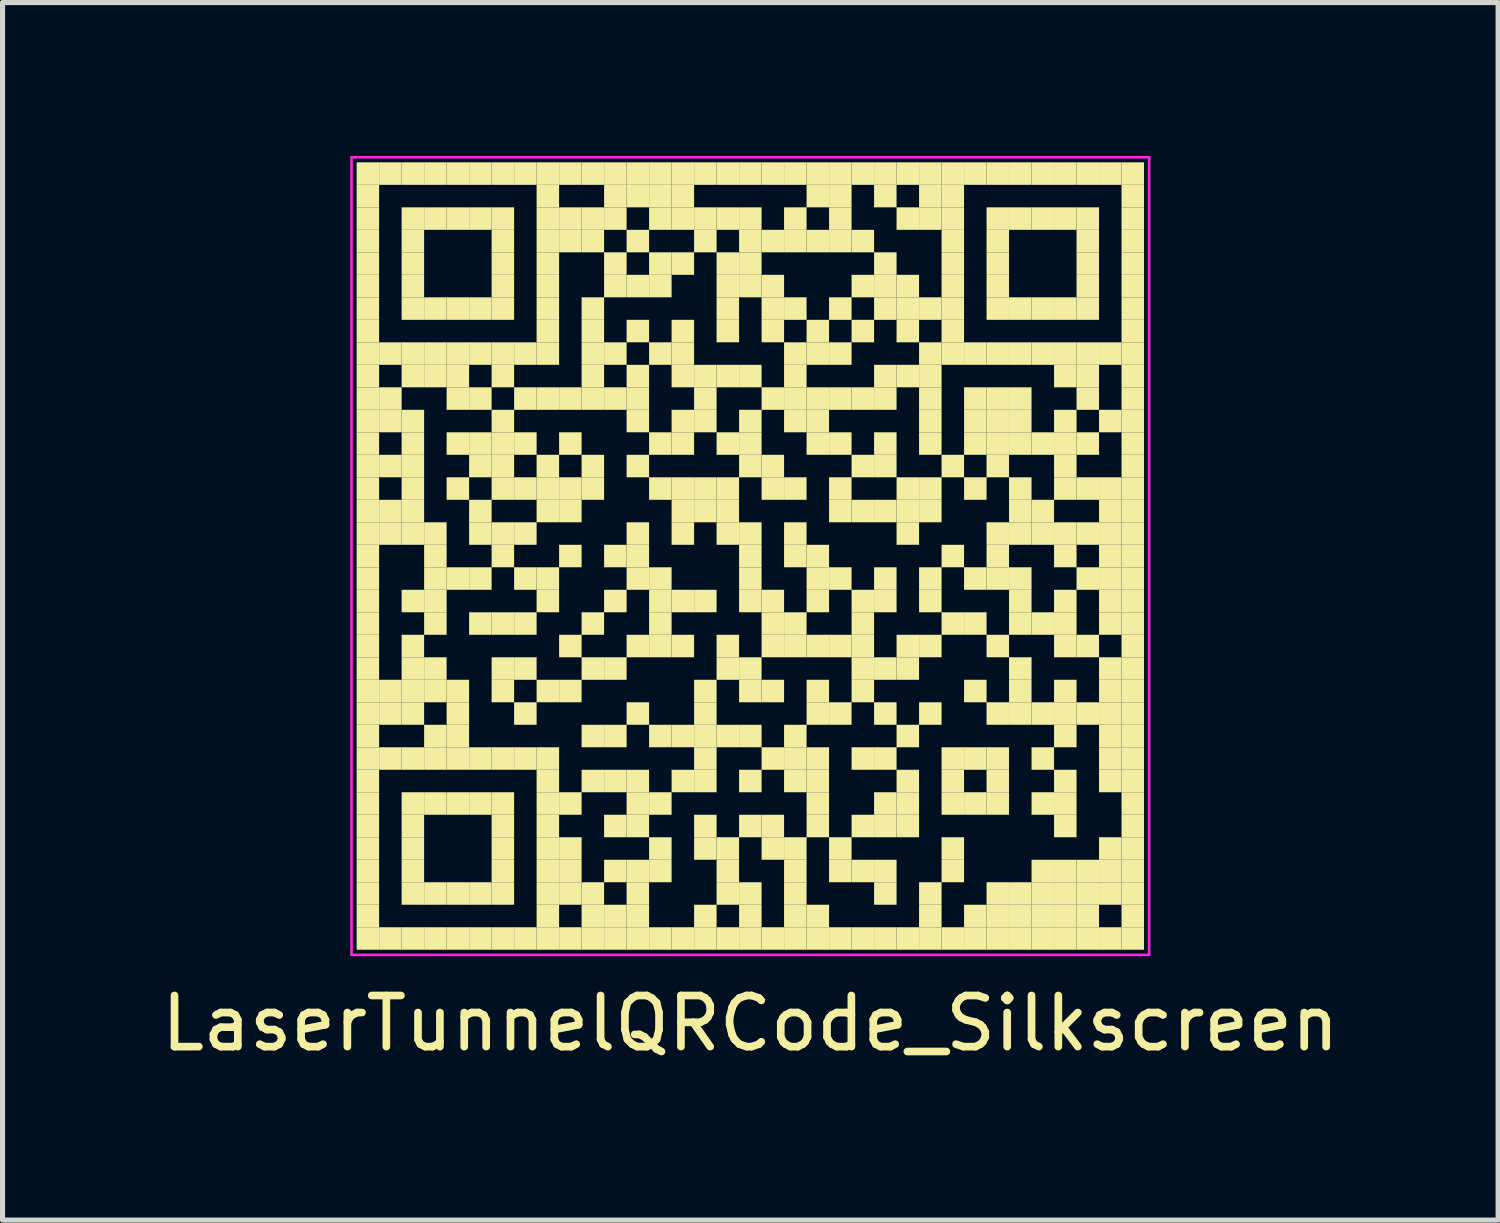
<source format=kicad_pcb>
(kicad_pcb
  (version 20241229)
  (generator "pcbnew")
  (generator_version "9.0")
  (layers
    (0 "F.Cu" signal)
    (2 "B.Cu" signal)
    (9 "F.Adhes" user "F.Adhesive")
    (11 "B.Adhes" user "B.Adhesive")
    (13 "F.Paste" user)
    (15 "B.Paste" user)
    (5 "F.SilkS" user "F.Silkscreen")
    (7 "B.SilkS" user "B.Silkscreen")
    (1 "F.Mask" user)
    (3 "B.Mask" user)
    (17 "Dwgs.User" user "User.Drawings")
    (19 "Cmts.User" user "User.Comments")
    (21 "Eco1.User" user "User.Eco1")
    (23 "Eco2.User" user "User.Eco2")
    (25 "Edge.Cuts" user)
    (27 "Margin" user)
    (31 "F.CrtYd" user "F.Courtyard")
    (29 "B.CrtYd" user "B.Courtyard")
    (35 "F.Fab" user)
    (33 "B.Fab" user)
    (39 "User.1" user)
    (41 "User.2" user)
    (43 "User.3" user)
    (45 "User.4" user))
  (footprint "LaserTunnelQRCode_Silkscreen"
    (layer "F.Cu")
    (at 11.625 7.825)
    (property "Reference" "LaserTunnelQRCode_Silkscreen" (at 0 9.14 0) (layer "F.SilkS") (effects (font (size 1 1) (thickness 0.15))))
    (attr board_only)
    (fp_rect (start -7.7 -7.7) (end -7.26 -7.26) (stroke (width 0) (type solid)) (fill yes) (layer "F.SilkS"))
    (fp_rect (start -7.7 -7.26) (end -7.26 -6.82) (stroke (width 0) (type solid)) (fill yes) (layer "F.SilkS"))
    (fp_rect (start -7.7 -6.82) (end -7.26 -6.38) (stroke (width 0) (type solid)) (fill yes) (layer "F.SilkS"))
    (fp_rect (start -7.7 -6.38) (end -7.26 -5.94) (stroke (width 0) (type solid)) (fill yes) (layer "F.SilkS"))
    (fp_rect (start -7.7 -5.94) (end -7.26 -5.5) (stroke (width 0) (type solid)) (fill yes) (layer "F.SilkS"))
    (fp_rect (start -7.7 -5.5) (end -7.26 -5.06) (stroke (width 0) (type solid)) (fill yes) (layer "F.SilkS"))
    (fp_rect (start -7.7 -5.06) (end -7.26 -4.62) (stroke (width 0) (type solid)) (fill yes) (layer "F.SilkS"))
    (fp_rect (start -7.7 -4.62) (end -7.26 -4.18) (stroke (width 0) (type solid)) (fill yes) (layer "F.SilkS"))
    (fp_rect (start -7.7 -4.18) (end -7.26 -3.74) (stroke (width 0) (type solid)) (fill yes) (layer "F.SilkS"))
    (fp_rect (start -7.7 -3.74) (end -7.26 -3.3) (stroke (width 0) (type solid)) (fill yes) (layer "F.SilkS"))
    (fp_rect (start -7.7 -3.3) (end -7.26 -2.86) (stroke (width 0) (type solid)) (fill yes) (layer "F.SilkS"))
    (fp_rect (start -7.7 -2.86) (end -7.26 -2.42) (stroke (width 0) (type solid)) (fill yes) (layer "F.SilkS"))
    (fp_rect (start -7.7 -2.42) (end -7.26 -1.98) (stroke (width 0) (type solid)) (fill yes) (layer "F.SilkS"))
    (fp_rect (start -7.7 -1.98) (end -7.26 -1.54) (stroke (width 0) (type solid)) (fill yes) (layer "F.SilkS"))
    (fp_rect (start -7.7 -1.54) (end -7.26 -1.1) (stroke (width 0) (type solid)) (fill yes) (layer "F.SilkS"))
    (fp_rect (start -7.7 -1.1) (end -7.26 -0.66) (stroke (width 0) (type solid)) (fill yes) (layer "F.SilkS"))
    (fp_rect (start -7.7 -0.66) (end -7.26 -0.22) (stroke (width 0) (type solid)) (fill yes) (layer "F.SilkS"))
    (fp_rect (start -7.7 -0.22) (end -7.26 0.22) (stroke (width 0) (type solid)) (fill yes) (layer "F.SilkS"))
    (fp_rect (start -7.7 0.22) (end -7.26 0.66) (stroke (width 0) (type solid)) (fill yes) (layer "F.SilkS"))
    (fp_rect (start -7.7 0.66) (end -7.26 1.1) (stroke (width 0) (type solid)) (fill yes) (layer "F.SilkS"))
    (fp_rect (start -7.7 1.1) (end -7.26 1.54) (stroke (width 0) (type solid)) (fill yes) (layer "F.SilkS"))
    (fp_rect (start -7.7 1.54) (end -7.26 1.98) (stroke (width 0) (type solid)) (fill yes) (layer "F.SilkS"))
    (fp_rect (start -7.7 1.98) (end -7.26 2.42) (stroke (width 0) (type solid)) (fill yes) (layer "F.SilkS"))
    (fp_rect (start -7.7 2.42) (end -7.26 2.86) (stroke (width 0) (type solid)) (fill yes) (layer "F.SilkS"))
    (fp_rect (start -7.7 2.86) (end -7.26 3.3) (stroke (width 0) (type solid)) (fill yes) (layer "F.SilkS"))
    (fp_rect (start -7.7 3.3) (end -7.26 3.74) (stroke (width 0) (type solid)) (fill yes) (layer "F.SilkS"))
    (fp_rect (start -7.7 3.74) (end -7.26 4.18) (stroke (width 0) (type solid)) (fill yes) (layer "F.SilkS"))
    (fp_rect (start -7.7 4.18) (end -7.26 4.62) (stroke (width 0) (type solid)) (fill yes) (layer "F.SilkS"))
    (fp_rect (start -7.7 4.62) (end -7.26 5.06) (stroke (width 0) (type solid)) (fill yes) (layer "F.SilkS"))
    (fp_rect (start -7.7 5.06) (end -7.26 5.5) (stroke (width 0) (type solid)) (fill yes) (layer "F.SilkS"))
    (fp_rect (start -7.7 5.5) (end -7.26 5.94) (stroke (width 0) (type solid)) (fill yes) (layer "F.SilkS"))
    (fp_rect (start -7.7 5.94) (end -7.26 6.38) (stroke (width 0) (type solid)) (fill yes) (layer "F.SilkS"))
    (fp_rect (start -7.7 6.38) (end -7.26 6.82) (stroke (width 0) (type solid)) (fill yes) (layer "F.SilkS"))
    (fp_rect (start -7.7 6.82) (end -7.26 7.26) (stroke (width 0) (type solid)) (fill yes) (layer "F.SilkS"))
    (fp_rect (start -7.7 7.26) (end -7.26 7.7) (stroke (width 0) (type solid)) (fill yes) (layer "F.SilkS"))
    (fp_rect (start -7.26 -7.7) (end -6.82 -7.26) (stroke (width 0) (type solid)) (fill yes) (layer "F.SilkS"))
    (fp_rect (start -7.26 -4.18) (end -6.82 -3.74) (stroke (width 0) (type solid)) (fill yes) (layer "F.SilkS"))
    (fp_rect (start -7.26 -3.3) (end -6.82 -2.86) (stroke (width 0) (type solid)) (fill yes) (layer "F.SilkS"))
    (fp_rect (start -7.26 -2.86) (end -6.82 -2.42) (stroke (width 0) (type solid)) (fill yes) (layer "F.SilkS"))
    (fp_rect (start -7.26 -1.98) (end -6.82 -1.54) (stroke (width 0) (type solid)) (fill yes) (layer "F.SilkS"))
    (fp_rect (start -7.26 -1.1) (end -6.82 -0.66) (stroke (width 0) (type solid)) (fill yes) (layer "F.SilkS"))
    (fp_rect (start -7.26 -0.66) (end -6.82 -0.22) (stroke (width 0) (type solid)) (fill yes) (layer "F.SilkS"))
    (fp_rect (start -7.26 2.42) (end -6.82 2.86) (stroke (width 0) (type solid)) (fill yes) (layer "F.SilkS"))
    (fp_rect (start -7.26 2.86) (end -6.82 3.3) (stroke (width 0) (type solid)) (fill yes) (layer "F.SilkS"))
    (fp_rect (start -7.26 3.74) (end -6.82 4.18) (stroke (width 0) (type solid)) (fill yes) (layer "F.SilkS"))
    (fp_rect (start -7.26 7.26) (end -6.82 7.7) (stroke (width 0) (type solid)) (fill yes) (layer "F.SilkS"))
    (fp_rect (start -6.82 -7.7) (end -6.38 -7.26) (stroke (width 0) (type solid)) (fill yes) (layer "F.SilkS"))
    (fp_rect (start -6.82 -6.82) (end -6.38 -6.38) (stroke (width 0) (type solid)) (fill yes) (layer "F.SilkS"))
    (fp_rect (start -6.82 -6.38) (end -6.38 -5.94) (stroke (width 0) (type solid)) (fill yes) (layer "F.SilkS"))
    (fp_rect (start -6.82 -5.94) (end -6.38 -5.5) (stroke (width 0) (type solid)) (fill yes) (layer "F.SilkS"))
    (fp_rect (start -6.82 -5.5) (end -6.38 -5.06) (stroke (width 0) (type solid)) (fill yes) (layer "F.SilkS"))
    (fp_rect (start -6.82 -5.06) (end -6.38 -4.62) (stroke (width 0) (type solid)) (fill yes) (layer "F.SilkS"))
    (fp_rect (start -6.82 -4.18) (end -6.38 -3.74) (stroke (width 0) (type solid)) (fill yes) (layer "F.SilkS"))
    (fp_rect (start -6.82 -3.74) (end -6.38 -3.3) (stroke (width 0) (type solid)) (fill yes) (layer "F.SilkS"))
    (fp_rect (start -6.82 -2.86) (end -6.38 -2.42) (stroke (width 0) (type solid)) (fill yes) (layer "F.SilkS"))
    (fp_rect (start -6.82 -2.42) (end -6.38 -1.98) (stroke (width 0) (type solid)) (fill yes) (layer "F.SilkS"))
    (fp_rect (start -6.82 -1.98) (end -6.38 -1.54) (stroke (width 0) (type solid)) (fill yes) (layer "F.SilkS"))
    (fp_rect (start -6.82 -1.54) (end -6.38 -1.1) (stroke (width 0) (type solid)) (fill yes) (layer "F.SilkS"))
    (fp_rect (start -6.82 -1.1) (end -6.38 -0.66) (stroke (width 0) (type solid)) (fill yes) (layer "F.SilkS"))
    (fp_rect (start -6.82 -0.66) (end -6.38 -0.22) (stroke (width 0) (type solid)) (fill yes) (layer "F.SilkS"))
    (fp_rect (start -6.82 0.66) (end -6.38 1.1) (stroke (width 0) (type solid)) (fill yes) (layer "F.SilkS"))
    (fp_rect (start -6.82 1.54) (end -6.38 1.98) (stroke (width 0) (type solid)) (fill yes) (layer "F.SilkS"))
    (fp_rect (start -6.82 1.98) (end -6.38 2.42) (stroke (width 0) (type solid)) (fill yes) (layer "F.SilkS"))
    (fp_rect (start -6.82 2.42) (end -6.38 2.86) (stroke (width 0) (type solid)) (fill yes) (layer "F.SilkS"))
    (fp_rect (start -6.82 2.86) (end -6.38 3.3) (stroke (width 0) (type solid)) (fill yes) (layer "F.SilkS"))
    (fp_rect (start -6.82 3.74) (end -6.38 4.18) (stroke (width 0) (type solid)) (fill yes) (layer "F.SilkS"))
    (fp_rect (start -6.82 4.62) (end -6.38 5.06) (stroke (width 0) (type solid)) (fill yes) (layer "F.SilkS"))
    (fp_rect (start -6.82 5.06) (end -6.38 5.5) (stroke (width 0) (type solid)) (fill yes) (layer "F.SilkS"))
    (fp_rect (start -6.82 5.5) (end -6.38 5.94) (stroke (width 0) (type solid)) (fill yes) (layer "F.SilkS"))
    (fp_rect (start -6.82 5.94) (end -6.38 6.38) (stroke (width 0) (type solid)) (fill yes) (layer "F.SilkS"))
    (fp_rect (start -6.82 6.38) (end -6.38 6.82) (stroke (width 0) (type solid)) (fill yes) (layer "F.SilkS"))
    (fp_rect (start -6.82 7.26) (end -6.38 7.7) (stroke (width 0) (type solid)) (fill yes) (layer "F.SilkS"))
    (fp_rect (start -6.38 -7.7) (end -5.94 -7.26) (stroke (width 0) (type solid)) (fill yes) (layer "F.SilkS"))
    (fp_rect (start -6.38 -6.82) (end -5.94 -6.38) (stroke (width 0) (type solid)) (fill yes) (layer "F.SilkS"))
    (fp_rect (start -6.38 -5.06) (end -5.94 -4.62) (stroke (width 0) (type solid)) (fill yes) (layer "F.SilkS"))
    (fp_rect (start -6.38 -4.18) (end -5.94 -3.74) (stroke (width 0) (type solid)) (fill yes) (layer "F.SilkS"))
    (fp_rect (start -6.38 -3.74) (end -5.94 -3.3) (stroke (width 0) (type solid)) (fill yes) (layer "F.SilkS"))
    (fp_rect (start -6.38 -0.66) (end -5.94 -0.22) (stroke (width 0) (type solid)) (fill yes) (layer "F.SilkS"))
    (fp_rect (start -6.38 -0.22) (end -5.94 0.22) (stroke (width 0) (type solid)) (fill yes) (layer "F.SilkS"))
    (fp_rect (start -6.38 0.22) (end -5.94 0.66) (stroke (width 0) (type solid)) (fill yes) (layer "F.SilkS"))
    (fp_rect (start -6.38 0.66) (end -5.94 1.1) (stroke (width 0) (type solid)) (fill yes) (layer "F.SilkS"))
    (fp_rect (start -6.38 1.1) (end -5.94 1.54) (stroke (width 0) (type solid)) (fill yes) (layer "F.SilkS"))
    (fp_rect (start -6.38 1.98) (end -5.94 2.42) (stroke (width 0) (type solid)) (fill yes) (layer "F.SilkS"))
    (fp_rect (start -6.38 2.42) (end -5.94 2.86) (stroke (width 0) (type solid)) (fill yes) (layer "F.SilkS"))
    (fp_rect (start -6.38 3.3) (end -5.94 3.74) (stroke (width 0) (type solid)) (fill yes) (layer "F.SilkS"))
    (fp_rect (start -6.38 3.74) (end -5.94 4.18) (stroke (width 0) (type solid)) (fill yes) (layer "F.SilkS"))
    (fp_rect (start -6.38 4.62) (end -5.94 5.06) (stroke (width 0) (type solid)) (fill yes) (layer "F.SilkS"))
    (fp_rect (start -6.38 6.38) (end -5.94 6.82) (stroke (width 0) (type solid)) (fill yes) (layer "F.SilkS"))
    (fp_rect (start -6.38 7.26) (end -5.94 7.7) (stroke (width 0) (type solid)) (fill yes) (layer "F.SilkS"))
    (fp_rect (start -5.94 -7.7) (end -5.5 -7.26) (stroke (width 0) (type solid)) (fill yes) (layer "F.SilkS"))
    (fp_rect (start -5.94 -6.82) (end -5.5 -6.38) (stroke (width 0) (type solid)) (fill yes) (layer "F.SilkS"))
    (fp_rect (start -5.94 -5.06) (end -5.5 -4.62) (stroke (width 0) (type solid)) (fill yes) (layer "F.SilkS"))
    (fp_rect (start -5.94 -4.18) (end -5.5 -3.74) (stroke (width 0) (type solid)) (fill yes) (layer "F.SilkS"))
    (fp_rect (start -5.94 -3.74) (end -5.5 -3.3) (stroke (width 0) (type solid)) (fill yes) (layer "F.SilkS"))
    (fp_rect (start -5.94 -3.3) (end -5.5 -2.86) (stroke (width 0) (type solid)) (fill yes) (layer "F.SilkS"))
    (fp_rect (start -5.94 -2.42) (end -5.5 -1.98) (stroke (width 0) (type solid)) (fill yes) (layer "F.SilkS"))
    (fp_rect (start -5.94 -1.54) (end -5.5 -1.1) (stroke (width 0) (type solid)) (fill yes) (layer "F.SilkS"))
    (fp_rect (start -5.94 0.22) (end -5.5 0.66) (stroke (width 0) (type solid)) (fill yes) (layer "F.SilkS"))
    (fp_rect (start -5.94 2.42) (end -5.5 2.86) (stroke (width 0) (type solid)) (fill yes) (layer "F.SilkS"))
    (fp_rect (start -5.94 2.86) (end -5.5 3.3) (stroke (width 0) (type solid)) (fill yes) (layer "F.SilkS"))
    (fp_rect (start -5.94 3.3) (end -5.5 3.74) (stroke (width 0) (type solid)) (fill yes) (layer "F.SilkS"))
    (fp_rect (start -5.94 3.74) (end -5.5 4.18) (stroke (width 0) (type solid)) (fill yes) (layer "F.SilkS"))
    (fp_rect (start -5.94 4.62) (end -5.5 5.06) (stroke (width 0) (type solid)) (fill yes) (layer "F.SilkS"))
    (fp_rect (start -5.94 6.38) (end -5.5 6.82) (stroke (width 0) (type solid)) (fill yes) (layer "F.SilkS"))
    (fp_rect (start -5.94 7.26) (end -5.5 7.7) (stroke (width 0) (type solid)) (fill yes) (layer "F.SilkS"))
    (fp_rect (start -5.5 -7.7) (end -5.06 -7.26) (stroke (width 0) (type solid)) (fill yes) (layer "F.SilkS"))
    (fp_rect (start -5.5 -6.82) (end -5.06 -6.38) (stroke (width 0) (type solid)) (fill yes) (layer "F.SilkS"))
    (fp_rect (start -5.5 -5.06) (end -5.06 -4.62) (stroke (width 0) (type solid)) (fill yes) (layer "F.SilkS"))
    (fp_rect (start -5.5 -4.18) (end -5.06 -3.74) (stroke (width 0) (type solid)) (fill yes) (layer "F.SilkS"))
    (fp_rect (start -5.5 -3.3) (end -5.06 -2.86) (stroke (width 0) (type solid)) (fill yes) (layer "F.SilkS"))
    (fp_rect (start -5.5 -2.42) (end -5.06 -1.98) (stroke (width 0) (type solid)) (fill yes) (layer "F.SilkS"))
    (fp_rect (start -5.5 -1.98) (end -5.06 -1.54) (stroke (width 0) (type solid)) (fill yes) (layer "F.SilkS"))
    (fp_rect (start -5.5 -1.1) (end -5.06 -0.66) (stroke (width 0) (type solid)) (fill yes) (layer "F.SilkS"))
    (fp_rect (start -5.5 -0.66) (end -5.06 -0.22) (stroke (width 0) (type solid)) (fill yes) (layer "F.SilkS"))
    (fp_rect (start -5.5 0.22) (end -5.06 0.66) (stroke (width 0) (type solid)) (fill yes) (layer "F.SilkS"))
    (fp_rect (start -5.5 1.1) (end -5.06 1.54) (stroke (width 0) (type solid)) (fill yes) (layer "F.SilkS"))
    (fp_rect (start -5.5 3.74) (end -5.06 4.18) (stroke (width 0) (type solid)) (fill yes) (layer "F.SilkS"))
    (fp_rect (start -5.5 4.62) (end -5.06 5.06) (stroke (width 0) (type solid)) (fill yes) (layer "F.SilkS"))
    (fp_rect (start -5.5 6.38) (end -5.06 6.82) (stroke (width 0) (type solid)) (fill yes) (layer "F.SilkS"))
    (fp_rect (start -5.5 7.26) (end -5.06 7.7) (stroke (width 0) (type solid)) (fill yes) (layer "F.SilkS"))
    (fp_rect (start -5.06 -7.7) (end -4.62 -7.26) (stroke (width 0) (type solid)) (fill yes) (layer "F.SilkS"))
    (fp_rect (start -5.06 -6.82) (end -4.62 -6.38) (stroke (width 0) (type solid)) (fill yes) (layer "F.SilkS"))
    (fp_rect (start -5.06 -6.38) (end -4.62 -5.94) (stroke (width 0) (type solid)) (fill yes) (layer "F.SilkS"))
    (fp_rect (start -5.06 -5.94) (end -4.62 -5.5) (stroke (width 0) (type solid)) (fill yes) (layer "F.SilkS"))
    (fp_rect (start -5.06 -5.5) (end -4.62 -5.06) (stroke (width 0) (type solid)) (fill yes) (layer "F.SilkS"))
    (fp_rect (start -5.06 -5.06) (end -4.62 -4.62) (stroke (width 0) (type solid)) (fill yes) (layer "F.SilkS"))
    (fp_rect (start -5.06 -4.18) (end -4.62 -3.74) (stroke (width 0) (type solid)) (fill yes) (layer "F.SilkS"))
    (fp_rect (start -5.06 -3.74) (end -4.62 -3.3) (stroke (width 0) (type solid)) (fill yes) (layer "F.SilkS"))
    (fp_rect (start -5.06 -2.86) (end -4.62 -2.42) (stroke (width 0) (type solid)) (fill yes) (layer "F.SilkS"))
    (fp_rect (start -5.06 -2.42) (end -4.62 -1.98) (stroke (width 0) (type solid)) (fill yes) (layer "F.SilkS"))
    (fp_rect (start -5.06 -1.98) (end -4.62 -1.54) (stroke (width 0) (type solid)) (fill yes) (layer "F.SilkS"))
    (fp_rect (start -5.06 -1.54) (end -4.62 -1.1) (stroke (width 0) (type solid)) (fill yes) (layer "F.SilkS"))
    (fp_rect (start -5.06 -0.66) (end -4.62 -0.22) (stroke (width 0) (type solid)) (fill yes) (layer "F.SilkS"))
    (fp_rect (start -5.06 -0.22) (end -4.62 0.22) (stroke (width 0) (type solid)) (fill yes) (layer "F.SilkS"))
    (fp_rect (start -5.06 1.1) (end -4.62 1.54) (stroke (width 0) (type solid)) (fill yes) (layer "F.SilkS"))
    (fp_rect (start -5.06 1.98) (end -4.62 2.42) (stroke (width 0) (type solid)) (fill yes) (layer "F.SilkS"))
    (fp_rect (start -5.06 2.42) (end -4.62 2.86) (stroke (width 0) (type solid)) (fill yes) (layer "F.SilkS"))
    (fp_rect (start -5.06 3.74) (end -4.62 4.18) (stroke (width 0) (type solid)) (fill yes) (layer "F.SilkS"))
    (fp_rect (start -5.06 4.62) (end -4.62 5.06) (stroke (width 0) (type solid)) (fill yes) (layer "F.SilkS"))
    (fp_rect (start -5.06 5.06) (end -4.62 5.5) (stroke (width 0) (type solid)) (fill yes) (layer "F.SilkS"))
    (fp_rect (start -5.06 5.5) (end -4.62 5.94) (stroke (width 0) (type solid)) (fill yes) (layer "F.SilkS"))
    (fp_rect (start -5.06 5.94) (end -4.62 6.38) (stroke (width 0) (type solid)) (fill yes) (layer "F.SilkS"))
    (fp_rect (start -5.06 6.38) (end -4.62 6.82) (stroke (width 0) (type solid)) (fill yes) (layer "F.SilkS"))
    (fp_rect (start -5.06 7.26) (end -4.62 7.7) (stroke (width 0) (type solid)) (fill yes) (layer "F.SilkS"))
    (fp_rect (start -4.62 -7.7) (end -4.18 -7.26) (stroke (width 0) (type solid)) (fill yes) (layer "F.SilkS"))
    (fp_rect (start -4.62 -4.18) (end -4.18 -3.74) (stroke (width 0) (type solid)) (fill yes) (layer "F.SilkS"))
    (fp_rect (start -4.62 -3.3) (end -4.18 -2.86) (stroke (width 0) (type solid)) (fill yes) (layer "F.SilkS"))
    (fp_rect (start -4.62 -2.42) (end -4.18 -1.98) (stroke (width 0) (type solid)) (fill yes) (layer "F.SilkS"))
    (fp_rect (start -4.62 -1.54) (end -4.18 -1.1) (stroke (width 0) (type solid)) (fill yes) (layer "F.SilkS"))
    (fp_rect (start -4.62 -0.66) (end -4.18 -0.22) (stroke (width 0) (type solid)) (fill yes) (layer "F.SilkS"))
    (fp_rect (start -4.62 0.22) (end -4.18 0.66) (stroke (width 0) (type solid)) (fill yes) (layer "F.SilkS"))
    (fp_rect (start -4.62 1.1) (end -4.18 1.54) (stroke (width 0) (type solid)) (fill yes) (layer "F.SilkS"))
    (fp_rect (start -4.62 1.98) (end -4.18 2.42) (stroke (width 0) (type solid)) (fill yes) (layer "F.SilkS"))
    (fp_rect (start -4.62 2.86) (end -4.18 3.3) (stroke (width 0) (type solid)) (fill yes) (layer "F.SilkS"))
    (fp_rect (start -4.62 3.74) (end -4.18 4.18) (stroke (width 0) (type solid)) (fill yes) (layer "F.SilkS"))
    (fp_rect (start -4.62 7.26) (end -4.18 7.7) (stroke (width 0) (type solid)) (fill yes) (layer "F.SilkS"))
    (fp_rect (start -4.18 -7.7) (end -3.74 -7.26) (stroke (width 0) (type solid)) (fill yes) (layer "F.SilkS"))
    (fp_rect (start -4.18 -7.26) (end -3.74 -6.82) (stroke (width 0) (type solid)) (fill yes) (layer "F.SilkS"))
    (fp_rect (start -4.18 -6.82) (end -3.74 -6.38) (stroke (width 0) (type solid)) (fill yes) (layer "F.SilkS"))
    (fp_rect (start -4.18 -6.38) (end -3.74 -5.94) (stroke (width 0) (type solid)) (fill yes) (layer "F.SilkS"))
    (fp_rect (start -4.18 -5.94) (end -3.74 -5.5) (stroke (width 0) (type solid)) (fill yes) (layer "F.SilkS"))
    (fp_rect (start -4.18 -5.5) (end -3.74 -5.06) (stroke (width 0) (type solid)) (fill yes) (layer "F.SilkS"))
    (fp_rect (start -4.18 -5.06) (end -3.74 -4.62) (stroke (width 0) (type solid)) (fill yes) (layer "F.SilkS"))
    (fp_rect (start -4.18 -4.62) (end -3.74 -4.18) (stroke (width 0) (type solid)) (fill yes) (layer "F.SilkS"))
    (fp_rect (start -4.18 -4.18) (end -3.74 -3.74) (stroke (width 0) (type solid)) (fill yes) (layer "F.SilkS"))
    (fp_rect (start -4.18 -3.3) (end -3.74 -2.86) (stroke (width 0) (type solid)) (fill yes) (layer "F.SilkS"))
    (fp_rect (start -4.18 -1.98) (end -3.74 -1.54) (stroke (width 0) (type solid)) (fill yes) (layer "F.SilkS"))
    (fp_rect (start -4.18 -1.54) (end -3.74 -1.1) (stroke (width 0) (type solid)) (fill yes) (layer "F.SilkS"))
    (fp_rect (start -4.18 -1.1) (end -3.74 -0.66) (stroke (width 0) (type solid)) (fill yes) (layer "F.SilkS"))
    (fp_rect (start -4.18 0.22) (end -3.74 0.66) (stroke (width 0) (type solid)) (fill yes) (layer "F.SilkS"))
    (fp_rect (start -4.18 0.66) (end -3.74 1.1) (stroke (width 0) (type solid)) (fill yes) (layer "F.SilkS"))
    (fp_rect (start -4.18 2.42) (end -3.74 2.86) (stroke (width 0) (type solid)) (fill yes) (layer "F.SilkS"))
    (fp_rect (start -4.18 3.74) (end -3.74 4.18) (stroke (width 0) (type solid)) (fill yes) (layer "F.SilkS"))
    (fp_rect (start -4.18 4.18) (end -3.74 4.62) (stroke (width 0) (type solid)) (fill yes) (layer "F.SilkS"))
    (fp_rect (start -4.18 4.62) (end -3.74 5.06) (stroke (width 0) (type solid)) (fill yes) (layer "F.SilkS"))
    (fp_rect (start -4.18 5.06) (end -3.74 5.5) (stroke (width 0) (type solid)) (fill yes) (layer "F.SilkS"))
    (fp_rect (start -4.18 5.5) (end -3.74 5.94) (stroke (width 0) (type solid)) (fill yes) (layer "F.SilkS"))
    (fp_rect (start -4.18 5.94) (end -3.74 6.38) (stroke (width 0) (type solid)) (fill yes) (layer "F.SilkS"))
    (fp_rect (start -4.18 6.38) (end -3.74 6.82) (stroke (width 0) (type solid)) (fill yes) (layer "F.SilkS"))
    (fp_rect (start -4.18 6.82) (end -3.74 7.26) (stroke (width 0) (type solid)) (fill yes) (layer "F.SilkS"))
    (fp_rect (start -4.18 7.26) (end -3.74 7.7) (stroke (width 0) (type solid)) (fill yes) (layer "F.SilkS"))
    (fp_rect (start -3.74 -7.7) (end -3.3 -7.26) (stroke (width 0) (type solid)) (fill yes) (layer "F.SilkS"))
    (fp_rect (start -3.74 -6.82) (end -3.3 -6.38) (stroke (width 0) (type solid)) (fill yes) (layer "F.SilkS"))
    (fp_rect (start -3.74 -6.38) (end -3.3 -5.94) (stroke (width 0) (type solid)) (fill yes) (layer "F.SilkS"))
    (fp_rect (start -3.74 -3.3) (end -3.3 -2.86) (stroke (width 0) (type solid)) (fill yes) (layer "F.SilkS"))
    (fp_rect (start -3.74 -2.42) (end -3.3 -1.98) (stroke (width 0) (type solid)) (fill yes) (layer "F.SilkS"))
    (fp_rect (start -3.74 -1.54) (end -3.3 -1.1) (stroke (width 0) (type solid)) (fill yes) (layer "F.SilkS"))
    (fp_rect (start -3.74 -1.1) (end -3.3 -0.66) (stroke (width 0) (type solid)) (fill yes) (layer "F.SilkS"))
    (fp_rect (start -3.74 -0.22) (end -3.3 0.22) (stroke (width 0) (type solid)) (fill yes) (layer "F.SilkS"))
    (fp_rect (start -3.74 1.54) (end -3.3 1.98) (stroke (width 0) (type solid)) (fill yes) (layer "F.SilkS"))
    (fp_rect (start -3.74 2.42) (end -3.3 2.86) (stroke (width 0) (type solid)) (fill yes) (layer "F.SilkS"))
    (fp_rect (start -3.74 4.62) (end -3.3 5.06) (stroke (width 0) (type solid)) (fill yes) (layer "F.SilkS"))
    (fp_rect (start -3.74 5.5) (end -3.3 5.94) (stroke (width 0) (type solid)) (fill yes) (layer "F.SilkS"))
    (fp_rect (start -3.74 5.94) (end -3.3 6.38) (stroke (width 0) (type solid)) (fill yes) (layer "F.SilkS"))
    (fp_rect (start -3.74 6.38) (end -3.3 6.82) (stroke (width 0) (type solid)) (fill yes) (layer "F.SilkS"))
    (fp_rect (start -3.74 7.26) (end -3.3 7.7) (stroke (width 0) (type solid)) (fill yes) (layer "F.SilkS"))
    (fp_rect (start -3.3 -7.7) (end -2.86 -7.26) (stroke (width 0) (type solid)) (fill yes) (layer "F.SilkS"))
    (fp_rect (start -3.3 -6.82) (end -2.86 -6.38) (stroke (width 0) (type solid)) (fill yes) (layer "F.SilkS"))
    (fp_rect (start -3.3 -6.38) (end -2.86 -5.94) (stroke (width 0) (type solid)) (fill yes) (layer "F.SilkS"))
    (fp_rect (start -3.3 -5.06) (end -2.86 -4.62) (stroke (width 0) (type solid)) (fill yes) (layer "F.SilkS"))
    (fp_rect (start -3.3 -4.62) (end -2.86 -4.18) (stroke (width 0) (type solid)) (fill yes) (layer "F.SilkS"))
    (fp_rect (start -3.3 -4.18) (end -2.86 -3.74) (stroke (width 0) (type solid)) (fill yes) (layer "F.SilkS"))
    (fp_rect (start -3.3 -3.74) (end -2.86 -3.3) (stroke (width 0) (type solid)) (fill yes) (layer "F.SilkS"))
    (fp_rect (start -3.3 -3.3) (end -2.86 -2.86) (stroke (width 0) (type solid)) (fill yes) (layer "F.SilkS"))
    (fp_rect (start -3.3 -1.98) (end -2.86 -1.54) (stroke (width 0) (type solid)) (fill yes) (layer "F.SilkS"))
    (fp_rect (start -3.3 -1.54) (end -2.86 -1.1) (stroke (width 0) (type solid)) (fill yes) (layer "F.SilkS"))
    (fp_rect (start -3.3 1.1) (end -2.86 1.54) (stroke (width 0) (type solid)) (fill yes) (layer "F.SilkS"))
    (fp_rect (start -3.3 1.98) (end -2.86 2.42) (stroke (width 0) (type solid)) (fill yes) (layer "F.SilkS"))
    (fp_rect (start -3.3 3.3) (end -2.86 3.74) (stroke (width 0) (type solid)) (fill yes) (layer "F.SilkS"))
    (fp_rect (start -3.3 4.18) (end -2.86 4.62) (stroke (width 0) (type solid)) (fill yes) (layer "F.SilkS"))
    (fp_rect (start -3.3 6.38) (end -2.86 6.82) (stroke (width 0) (type solid)) (fill yes) (layer "F.SilkS"))
    (fp_rect (start -3.3 6.82) (end -2.86 7.26) (stroke (width 0) (type solid)) (fill yes) (layer "F.SilkS"))
    (fp_rect (start -3.3 7.26) (end -2.86 7.7) (stroke (width 0) (type solid)) (fill yes) (layer "F.SilkS"))
    (fp_rect (start -2.86 -7.7) (end -2.42 -7.26) (stroke (width 0) (type solid)) (fill yes) (layer "F.SilkS"))
    (fp_rect (start -2.86 -7.26) (end -2.42 -6.82) (stroke (width 0) (type solid)) (fill yes) (layer "F.SilkS"))
    (fp_rect (start -2.86 -6.82) (end -2.42 -6.38) (stroke (width 0) (type solid)) (fill yes) (layer "F.SilkS"))
    (fp_rect (start -2.86 -5.94) (end -2.42 -5.5) (stroke (width 0) (type solid)) (fill yes) (layer "F.SilkS"))
    (fp_rect (start -2.86 -5.5) (end -2.42 -5.06) (stroke (width 0) (type solid)) (fill yes) (layer "F.SilkS"))
    (fp_rect (start -2.86 -4.18) (end -2.42 -3.74) (stroke (width 0) (type solid)) (fill yes) (layer "F.SilkS"))
    (fp_rect (start -2.86 -3.3) (end -2.42 -2.86) (stroke (width 0) (type solid)) (fill yes) (layer "F.SilkS"))
    (fp_rect (start -2.86 -0.22) (end -2.42 0.22) (stroke (width 0) (type solid)) (fill yes) (layer "F.SilkS"))
    (fp_rect (start -2.86 0.66) (end -2.42 1.1) (stroke (width 0) (type solid)) (fill yes) (layer "F.SilkS"))
    (fp_rect (start -2.86 1.98) (end -2.42 2.42) (stroke (width 0) (type solid)) (fill yes) (layer "F.SilkS"))
    (fp_rect (start -2.86 3.3) (end -2.42 3.74) (stroke (width 0) (type solid)) (fill yes) (layer "F.SilkS"))
    (fp_rect (start -2.86 4.18) (end -2.42 4.62) (stroke (width 0) (type solid)) (fill yes) (layer "F.SilkS"))
    (fp_rect (start -2.86 5.06) (end -2.42 5.5) (stroke (width 0) (type solid)) (fill yes) (layer "F.SilkS"))
    (fp_rect (start -2.86 5.94) (end -2.42 6.38) (stroke (width 0) (type solid)) (fill yes) (layer "F.SilkS"))
    (fp_rect (start -2.86 6.82) (end -2.42 7.26) (stroke (width 0) (type solid)) (fill yes) (layer "F.SilkS"))
    (fp_rect (start -2.86 7.26) (end -2.42 7.7) (stroke (width 0) (type solid)) (fill yes) (layer "F.SilkS"))
    (fp_rect (start -2.42 -7.7) (end -1.98 -7.26) (stroke (width 0) (type solid)) (fill yes) (layer "F.SilkS"))
    (fp_rect (start -2.42 -7.26) (end -1.98 -6.82) (stroke (width 0) (type solid)) (fill yes) (layer "F.SilkS"))
    (fp_rect (start -2.42 -6.38) (end -1.98 -5.94) (stroke (width 0) (type solid)) (fill yes) (layer "F.SilkS"))
    (fp_rect (start -2.42 -5.5) (end -1.98 -5.06) (stroke (width 0) (type solid)) (fill yes) (layer "F.SilkS"))
    (fp_rect (start -2.42 -4.62) (end -1.98 -4.18) (stroke (width 0) (type solid)) (fill yes) (layer "F.SilkS"))
    (fp_rect (start -2.42 -3.74) (end -1.98 -3.3) (stroke (width 0) (type solid)) (fill yes) (layer "F.SilkS"))
    (fp_rect (start -2.42 -3.3) (end -1.98 -2.86) (stroke (width 0) (type solid)) (fill yes) (layer "F.SilkS"))
    (fp_rect (start -2.42 -2.86) (end -1.98 -2.42) (stroke (width 0) (type solid)) (fill yes) (layer "F.SilkS"))
    (fp_rect (start -2.42 -1.98) (end -1.98 -1.54) (stroke (width 0) (type solid)) (fill yes) (layer "F.SilkS"))
    (fp_rect (start -2.42 -0.66) (end -1.98 -0.22) (stroke (width 0) (type solid)) (fill yes) (layer "F.SilkS"))
    (fp_rect (start -2.42 -0.22) (end -1.98 0.22) (stroke (width 0) (type solid)) (fill yes) (layer "F.SilkS"))
    (fp_rect (start -2.42 0.22) (end -1.98 0.66) (stroke (width 0) (type solid)) (fill yes) (layer "F.SilkS"))
    (fp_rect (start -2.42 1.54) (end -1.98 1.98) (stroke (width 0) (type solid)) (fill yes) (layer "F.SilkS"))
    (fp_rect (start -2.42 2.86) (end -1.98 3.3) (stroke (width 0) (type solid)) (fill yes) (layer "F.SilkS"))
    (fp_rect (start -2.42 4.18) (end -1.98 4.62) (stroke (width 0) (type solid)) (fill yes) (layer "F.SilkS"))
    (fp_rect (start -2.42 4.62) (end -1.98 5.06) (stroke (width 0) (type solid)) (fill yes) (layer "F.SilkS"))
    (fp_rect (start -2.42 5.06) (end -1.98 5.5) (stroke (width 0) (type solid)) (fill yes) (layer "F.SilkS"))
    (fp_rect (start -2.42 5.94) (end -1.98 6.38) (stroke (width 0) (type solid)) (fill yes) (layer "F.SilkS"))
    (fp_rect (start -2.42 6.38) (end -1.98 6.82) (stroke (width 0) (type solid)) (fill yes) (layer "F.SilkS"))
    (fp_rect (start -2.42 6.82) (end -1.98 7.26) (stroke (width 0) (type solid)) (fill yes) (layer "F.SilkS"))
    (fp_rect (start -2.42 7.26) (end -1.98 7.7) (stroke (width 0) (type solid)) (fill yes) (layer "F.SilkS"))
    (fp_rect (start -1.98 -7.7) (end -1.54 -7.26) (stroke (width 0) (type solid)) (fill yes) (layer "F.SilkS"))
    (fp_rect (start -1.98 -7.26) (end -1.54 -6.82) (stroke (width 0) (type solid)) (fill yes) (layer "F.SilkS"))
    (fp_rect (start -1.98 -6.82) (end -1.54 -6.38) (stroke (width 0) (type solid)) (fill yes) (layer "F.SilkS"))
    (fp_rect (start -1.98 -5.94) (end -1.54 -5.5) (stroke (width 0) (type solid)) (fill yes) (layer "F.SilkS"))
    (fp_rect (start -1.98 -5.5) (end -1.54 -5.06) (stroke (width 0) (type solid)) (fill yes) (layer "F.SilkS"))
    (fp_rect (start -1.98 -4.18) (end -1.54 -3.74) (stroke (width 0) (type solid)) (fill yes) (layer "F.SilkS"))
    (fp_rect (start -1.98 -2.42) (end -1.54 -1.98) (stroke (width 0) (type solid)) (fill yes) (layer "F.SilkS"))
    (fp_rect (start -1.98 -1.54) (end -1.54 -1.1) (stroke (width 0) (type solid)) (fill yes) (layer "F.SilkS"))
    (fp_rect (start -1.98 0.22) (end -1.54 0.66) (stroke (width 0) (type solid)) (fill yes) (layer "F.SilkS"))
    (fp_rect (start -1.98 0.66) (end -1.54 1.1) (stroke (width 0) (type solid)) (fill yes) (layer "F.SilkS"))
    (fp_rect (start -1.98 1.1) (end -1.54 1.54) (stroke (width 0) (type solid)) (fill yes) (layer "F.SilkS"))
    (fp_rect (start -1.98 1.54) (end -1.54 1.98) (stroke (width 0) (type solid)) (fill yes) (layer "F.SilkS"))
    (fp_rect (start -1.98 3.3) (end -1.54 3.74) (stroke (width 0) (type solid)) (fill yes) (layer "F.SilkS"))
    (fp_rect (start -1.98 4.62) (end -1.54 5.06) (stroke (width 0) (type solid)) (fill yes) (layer "F.SilkS"))
    (fp_rect (start -1.98 5.5) (end -1.54 5.94) (stroke (width 0) (type solid)) (fill yes) (layer "F.SilkS"))
    (fp_rect (start -1.98 5.94) (end -1.54 6.38) (stroke (width 0) (type solid)) (fill yes) (layer "F.SilkS"))
    (fp_rect (start -1.98 7.26) (end -1.54 7.7) (stroke (width 0) (type solid)) (fill yes) (layer "F.SilkS"))
    (fp_rect (start -1.54 -7.7) (end -1.1 -7.26) (stroke (width 0) (type solid)) (fill yes) (layer "F.SilkS"))
    (fp_rect (start -1.54 -7.26) (end -1.1 -6.82) (stroke (width 0) (type solid)) (fill yes) (layer "F.SilkS"))
    (fp_rect (start -1.54 -6.82) (end -1.1 -6.38) (stroke (width 0) (type solid)) (fill yes) (layer "F.SilkS"))
    (fp_rect (start -1.54 -5.94) (end -1.1 -5.5) (stroke (width 0) (type solid)) (fill yes) (layer "F.SilkS"))
    (fp_rect (start -1.54 -4.62) (end -1.1 -4.18) (stroke (width 0) (type solid)) (fill yes) (layer "F.SilkS"))
    (fp_rect (start -1.54 -4.18) (end -1.1 -3.74) (stroke (width 0) (type solid)) (fill yes) (layer "F.SilkS"))
    (fp_rect (start -1.54 -3.74) (end -1.1 -3.3) (stroke (width 0) (type solid)) (fill yes) (layer "F.SilkS"))
    (fp_rect (start -1.54 -2.86) (end -1.1 -2.42) (stroke (width 0) (type solid)) (fill yes) (layer "F.SilkS"))
    (fp_rect (start -1.54 -2.42) (end -1.1 -1.98) (stroke (width 0) (type solid)) (fill yes) (layer "F.SilkS"))
    (fp_rect (start -1.54 -1.54) (end -1.1 -1.1) (stroke (width 0) (type solid)) (fill yes) (layer "F.SilkS"))
    (fp_rect (start -1.54 -1.1) (end -1.1 -0.66) (stroke (width 0) (type solid)) (fill yes) (layer "F.SilkS"))
    (fp_rect (start -1.54 -0.66) (end -1.1 -0.22) (stroke (width 0) (type solid)) (fill yes) (layer "F.SilkS"))
    (fp_rect (start -1.54 0.66) (end -1.1 1.1) (stroke (width 0) (type solid)) (fill yes) (layer "F.SilkS"))
    (fp_rect (start -1.54 1.54) (end -1.1 1.98) (stroke (width 0) (type solid)) (fill yes) (layer "F.SilkS"))
    (fp_rect (start -1.54 3.3) (end -1.1 3.74) (stroke (width 0) (type solid)) (fill yes) (layer "F.SilkS"))
    (fp_rect (start -1.54 4.18) (end -1.1 4.62) (stroke (width 0) (type solid)) (fill yes) (layer "F.SilkS"))
    (fp_rect (start -1.54 7.26) (end -1.1 7.7) (stroke (width 0) (type solid)) (fill yes) (layer "F.SilkS"))
    (fp_rect (start -1.1 -7.7) (end -0.66 -7.26) (stroke (width 0) (type solid)) (fill yes) (layer "F.SilkS"))
    (fp_rect (start -1.1 -6.82) (end -0.66 -6.38) (stroke (width 0) (type solid)) (fill yes) (layer "F.SilkS"))
    (fp_rect (start -1.1 -6.38) (end -0.66 -5.94) (stroke (width 0) (type solid)) (fill yes) (layer "F.SilkS"))
    (fp_rect (start -1.1 -3.74) (end -0.66 -3.3) (stroke (width 0) (type solid)) (fill yes) (layer "F.SilkS"))
    (fp_rect (start -1.1 -3.3) (end -0.66 -2.86) (stroke (width 0) (type solid)) (fill yes) (layer "F.SilkS"))
    (fp_rect (start -1.1 -2.86) (end -0.66 -2.42) (stroke (width 0) (type solid)) (fill yes) (layer "F.SilkS"))
    (fp_rect (start -1.1 -1.54) (end -0.66 -1.1) (stroke (width 0) (type solid)) (fill yes) (layer "F.SilkS"))
    (fp_rect (start -1.1 -1.1) (end -0.66 -0.66) (stroke (width 0) (type solid)) (fill yes) (layer "F.SilkS"))
    (fp_rect (start -1.1 0.66) (end -0.66 1.1) (stroke (width 0) (type solid)) (fill yes) (layer "F.SilkS"))
    (fp_rect (start -1.1 2.42) (end -0.66 2.86) (stroke (width 0) (type solid)) (fill yes) (layer "F.SilkS"))
    (fp_rect (start -1.1 2.86) (end -0.66 3.3) (stroke (width 0) (type solid)) (fill yes) (layer "F.SilkS"))
    (fp_rect (start -1.1 3.3) (end -0.66 3.74) (stroke (width 0) (type solid)) (fill yes) (layer "F.SilkS"))
    (fp_rect (start -1.1 3.74) (end -0.66 4.18) (stroke (width 0) (type solid)) (fill yes) (layer "F.SilkS"))
    (fp_rect (start -1.1 4.18) (end -0.66 4.62) (stroke (width 0) (type solid)) (fill yes) (layer "F.SilkS"))
    (fp_rect (start -1.1 5.06) (end -0.66 5.5) (stroke (width 0) (type solid)) (fill yes) (layer "F.SilkS"))
    (fp_rect (start -1.1 5.5) (end -0.66 5.94) (stroke (width 0) (type solid)) (fill yes) (layer "F.SilkS"))
    (fp_rect (start -1.1 6.82) (end -0.66 7.26) (stroke (width 0) (type solid)) (fill yes) (layer "F.SilkS"))
    (fp_rect (start -1.1 7.26) (end -0.66 7.7) (stroke (width 0) (type solid)) (fill yes) (layer "F.SilkS"))
    (fp_rect (start -0.66 -7.7) (end -0.22 -7.26) (stroke (width 0) (type solid)) (fill yes) (layer "F.SilkS"))
    (fp_rect (start -0.66 -6.82) (end -0.22 -6.38) (stroke (width 0) (type solid)) (fill yes) (layer "F.SilkS"))
    (fp_rect (start -0.66 -5.94) (end -0.22 -5.5) (stroke (width 0) (type solid)) (fill yes) (layer "F.SilkS"))
    (fp_rect (start -0.66 -5.5) (end -0.22 -5.06) (stroke (width 0) (type solid)) (fill yes) (layer "F.SilkS"))
    (fp_rect (start -0.66 -5.06) (end -0.22 -4.62) (stroke (width 0) (type solid)) (fill yes) (layer "F.SilkS"))
    (fp_rect (start -0.66 -4.62) (end -0.22 -4.18) (stroke (width 0) (type solid)) (fill yes) (layer "F.SilkS"))
    (fp_rect (start -0.66 -3.74) (end -0.22 -3.3) (stroke (width 0) (type solid)) (fill yes) (layer "F.SilkS"))
    (fp_rect (start -0.66 -2.42) (end -0.22 -1.98) (stroke (width 0) (type solid)) (fill yes) (layer "F.SilkS"))
    (fp_rect (start -0.66 -1.54) (end -0.22 -1.1) (stroke (width 0) (type solid)) (fill yes) (layer "F.SilkS"))
    (fp_rect (start -0.66 -1.1) (end -0.22 -0.66) (stroke (width 0) (type solid)) (fill yes) (layer "F.SilkS"))
    (fp_rect (start -0.66 -0.66) (end -0.22 -0.22) (stroke (width 0) (type solid)) (fill yes) (layer "F.SilkS"))
    (fp_rect (start -0.66 1.54) (end -0.22 1.98) (stroke (width 0) (type solid)) (fill yes) (layer "F.SilkS"))
    (fp_rect (start -0.66 1.98) (end -0.22 2.42) (stroke (width 0) (type solid)) (fill yes) (layer "F.SilkS"))
    (fp_rect (start -0.66 3.3) (end -0.22 3.74) (stroke (width 0) (type solid)) (fill yes) (layer "F.SilkS"))
    (fp_rect (start -0.66 5.5) (end -0.22 5.94) (stroke (width 0) (type solid)) (fill yes) (layer "F.SilkS"))
    (fp_rect (start -0.66 5.94) (end -0.22 6.38) (stroke (width 0) (type solid)) (fill yes) (layer "F.SilkS"))
    (fp_rect (start -0.66 6.38) (end -0.22 6.82) (stroke (width 0) (type solid)) (fill yes) (layer "F.SilkS"))
    (fp_rect (start -0.66 7.26) (end -0.22 7.7) (stroke (width 0) (type solid)) (fill yes) (layer "F.SilkS"))
    (fp_rect (start -0.22 -7.7) (end 0.22 -7.26) (stroke (width 0) (type solid)) (fill yes) (layer "F.SilkS"))
    (fp_rect (start -0.22 -6.82) (end 0.22 -6.38) (stroke (width 0) (type solid)) (fill yes) (layer "F.SilkS"))
    (fp_rect (start -0.22 -6.38) (end 0.22 -5.94) (stroke (width 0) (type solid)) (fill yes) (layer "F.SilkS"))
    (fp_rect (start -0.22 -5.94) (end 0.22 -5.5) (stroke (width 0) (type solid)) (fill yes) (layer "F.SilkS"))
    (fp_rect (start -0.22 -5.5) (end 0.22 -5.06) (stroke (width 0) (type solid)) (fill yes) (layer "F.SilkS"))
    (fp_rect (start -0.22 -3.74) (end 0.22 -3.3) (stroke (width 0) (type solid)) (fill yes) (layer "F.SilkS"))
    (fp_rect (start -0.22 -2.86) (end 0.22 -2.42) (stroke (width 0) (type solid)) (fill yes) (layer "F.SilkS"))
    (fp_rect (start -0.22 -2.42) (end 0.22 -1.98) (stroke (width 0) (type solid)) (fill yes) (layer "F.SilkS"))
    (fp_rect (start -0.22 -1.98) (end 0.22 -1.54) (stroke (width 0) (type solid)) (fill yes) (layer "F.SilkS"))
    (fp_rect (start -0.22 -0.66) (end 0.22 -0.22) (stroke (width 0) (type solid)) (fill yes) (layer "F.SilkS"))
    (fp_rect (start -0.22 -0.22) (end 0.22 0.22) (stroke (width 0) (type solid)) (fill yes) (layer "F.SilkS"))
    (fp_rect (start -0.22 0.22) (end 0.22 0.66) (stroke (width 0) (type solid)) (fill yes) (layer "F.SilkS"))
    (fp_rect (start -0.22 0.66) (end 0.22 1.1) (stroke (width 0) (type solid)) (fill yes) (layer "F.SilkS"))
    (fp_rect (start -0.22 1.98) (end 0.22 2.42) (stroke (width 0) (type solid)) (fill yes) (layer "F.SilkS"))
    (fp_rect (start -0.22 2.42) (end 0.22 2.86) (stroke (width 0) (type solid)) (fill yes) (layer "F.SilkS"))
    (fp_rect (start -0.22 3.3) (end 0.22 3.74) (stroke (width 0) (type solid)) (fill yes) (layer "F.SilkS"))
    (fp_rect (start -0.22 4.18) (end 0.22 4.62) (stroke (width 0) (type solid)) (fill yes) (layer "F.SilkS"))
    (fp_rect (start -0.22 5.06) (end 0.22 5.5) (stroke (width 0) (type solid)) (fill yes) (layer "F.SilkS"))
    (fp_rect (start -0.22 6.38) (end 0.22 6.82) (stroke (width 0) (type solid)) (fill yes) (layer "F.SilkS"))
    (fp_rect (start -0.22 6.82) (end 0.22 7.26) (stroke (width 0) (type solid)) (fill yes) (layer "F.SilkS"))
    (fp_rect (start -0.22 7.26) (end 0.22 7.7) (stroke (width 0) (type solid)) (fill yes) (layer "F.SilkS"))
    (fp_rect (start 0.22 -7.7) (end 0.66 -7.26) (stroke (width 0) (type solid)) (fill yes) (layer "F.SilkS"))
    (fp_rect (start 0.22 -6.38) (end 0.66 -5.94) (stroke (width 0) (type solid)) (fill yes) (layer "F.SilkS"))
    (fp_rect (start 0.22 -5.5) (end 0.66 -5.06) (stroke (width 0) (type solid)) (fill yes) (layer "F.SilkS"))
    (fp_rect (start 0.22 -5.06) (end 0.66 -4.62) (stroke (width 0) (type solid)) (fill yes) (layer "F.SilkS"))
    (fp_rect (start 0.22 -4.62) (end 0.66 -4.18) (stroke (width 0) (type solid)) (fill yes) (layer "F.SilkS"))
    (fp_rect (start 0.22 -3.3) (end 0.66 -2.86) (stroke (width 0) (type solid)) (fill yes) (layer "F.SilkS"))
    (fp_rect (start 0.22 -1.98) (end 0.66 -1.54) (stroke (width 0) (type solid)) (fill yes) (layer "F.SilkS"))
    (fp_rect (start 0.22 -1.54) (end 0.66 -1.1) (stroke (width 0) (type solid)) (fill yes) (layer "F.SilkS"))
    (fp_rect (start 0.22 0.66) (end 0.66 1.1) (stroke (width 0) (type solid)) (fill yes) (layer "F.SilkS"))
    (fp_rect (start 0.22 1.1) (end 0.66 1.54) (stroke (width 0) (type solid)) (fill yes) (layer "F.SilkS"))
    (fp_rect (start 0.22 1.54) (end 0.66 1.98) (stroke (width 0) (type solid)) (fill yes) (layer "F.SilkS"))
    (fp_rect (start 0.22 2.42) (end 0.66 2.86) (stroke (width 0) (type solid)) (fill yes) (layer "F.SilkS"))
    (fp_rect (start 0.22 3.74) (end 0.66 4.18) (stroke (width 0) (type solid)) (fill yes) (layer "F.SilkS"))
    (fp_rect (start 0.22 5.06) (end 0.66 5.5) (stroke (width 0) (type solid)) (fill yes) (layer "F.SilkS"))
    (fp_rect (start 0.22 5.5) (end 0.66 5.94) (stroke (width 0) (type solid)) (fill yes) (layer "F.SilkS"))
    (fp_rect (start 0.22 7.26) (end 0.66 7.7) (stroke (width 0) (type solid)) (fill yes) (layer "F.SilkS"))
    (fp_rect (start 0.66 -7.7) (end 1.1 -7.26) (stroke (width 0) (type solid)) (fill yes) (layer "F.SilkS"))
    (fp_rect (start 0.66 -6.82) (end 1.1 -6.38) (stroke (width 0) (type solid)) (fill yes) (layer "F.SilkS"))
    (fp_rect (start 0.66 -6.38) (end 1.1 -5.94) (stroke (width 0) (type solid)) (fill yes) (layer "F.SilkS"))
    (fp_rect (start 0.66 -5.06) (end 1.1 -4.62) (stroke (width 0) (type solid)) (fill yes) (layer "F.SilkS"))
    (fp_rect (start 0.66 -4.18) (end 1.1 -3.74) (stroke (width 0) (type solid)) (fill yes) (layer "F.SilkS"))
    (fp_rect (start 0.66 -3.74) (end 1.1 -3.3) (stroke (width 0) (type solid)) (fill yes) (layer "F.SilkS"))
    (fp_rect (start 0.66 -3.3) (end 1.1 -2.86) (stroke (width 0) (type solid)) (fill yes) (layer "F.SilkS"))
    (fp_rect (start 0.66 -2.86) (end 1.1 -2.42) (stroke (width 0) (type solid)) (fill yes) (layer "F.SilkS"))
    (fp_rect (start 0.66 -1.54) (end 1.1 -1.1) (stroke (width 0) (type solid)) (fill yes) (layer "F.SilkS"))
    (fp_rect (start 0.66 -0.66) (end 1.1 -0.22) (stroke (width 0) (type solid)) (fill yes) (layer "F.SilkS"))
    (fp_rect (start 0.66 -0.22) (end 1.1 0.22) (stroke (width 0) (type solid)) (fill yes) (layer "F.SilkS"))
    (fp_rect (start 0.66 1.1) (end 1.1 1.54) (stroke (width 0) (type solid)) (fill yes) (layer "F.SilkS"))
    (fp_rect (start 0.66 1.54) (end 1.1 1.98) (stroke (width 0) (type solid)) (fill yes) (layer "F.SilkS"))
    (fp_rect (start 0.66 3.3) (end 1.1 3.74) (stroke (width 0) (type solid)) (fill yes) (layer "F.SilkS"))
    (fp_rect (start 0.66 3.74) (end 1.1 4.18) (stroke (width 0) (type solid)) (fill yes) (layer "F.SilkS"))
    (fp_rect (start 0.66 4.18) (end 1.1 4.62) (stroke (width 0) (type solid)) (fill yes) (layer "F.SilkS"))
    (fp_rect (start 0.66 5.5) (end 1.1 5.94) (stroke (width 0) (type solid)) (fill yes) (layer "F.SilkS"))
    (fp_rect (start 0.66 5.94) (end 1.1 6.38) (stroke (width 0) (type solid)) (fill yes) (layer "F.SilkS"))
    (fp_rect (start 0.66 6.38) (end 1.1 6.82) (stroke (width 0) (type solid)) (fill yes) (layer "F.SilkS"))
    (fp_rect (start 0.66 6.82) (end 1.1 7.26) (stroke (width 0) (type solid)) (fill yes) (layer "F.SilkS"))
    (fp_rect (start 0.66 7.26) (end 1.1 7.7) (stroke (width 0) (type solid)) (fill yes) (layer "F.SilkS"))
    (fp_rect (start 1.1 -7.7) (end 1.54 -7.26) (stroke (width 0) (type solid)) (fill yes) (layer "F.SilkS"))
    (fp_rect (start 1.1 -7.26) (end 1.54 -6.82) (stroke (width 0) (type solid)) (fill yes) (layer "F.SilkS"))
    (fp_rect (start 1.1 -6.38) (end 1.54 -5.94) (stroke (width 0) (type solid)) (fill yes) (layer "F.SilkS"))
    (fp_rect (start 1.1 -4.62) (end 1.54 -4.18) (stroke (width 0) (type solid)) (fill yes) (layer "F.SilkS"))
    (fp_rect (start 1.1 -4.18) (end 1.54 -3.74) (stroke (width 0) (type solid)) (fill yes) (layer "F.SilkS"))
    (fp_rect (start 1.1 -3.3) (end 1.54 -2.86) (stroke (width 0) (type solid)) (fill yes) (layer "F.SilkS"))
    (fp_rect (start 1.1 -2.86) (end 1.54 -2.42) (stroke (width 0) (type solid)) (fill yes) (layer "F.SilkS"))
    (fp_rect (start 1.1 -2.42) (end 1.54 -1.98) (stroke (width 0) (type solid)) (fill yes) (layer "F.SilkS"))
    (fp_rect (start 1.1 -0.22) (end 1.54 0.22) (stroke (width 0) (type solid)) (fill yes) (layer "F.SilkS"))
    (fp_rect (start 1.1 0.22) (end 1.54 0.66) (stroke (width 0) (type solid)) (fill yes) (layer "F.SilkS"))
    (fp_rect (start 1.1 0.66) (end 1.54 1.1) (stroke (width 0) (type solid)) (fill yes) (layer "F.SilkS"))
    (fp_rect (start 1.1 1.54) (end 1.54 1.98) (stroke (width 0) (type solid)) (fill yes) (layer "F.SilkS"))
    (fp_rect (start 1.1 2.42) (end 1.54 2.86) (stroke (width 0) (type solid)) (fill yes) (layer "F.SilkS"))
    (fp_rect (start 1.1 2.86) (end 1.54 3.3) (stroke (width 0) (type solid)) (fill yes) (layer "F.SilkS"))
    (fp_rect (start 1.1 3.74) (end 1.54 4.18) (stroke (width 0) (type solid)) (fill yes) (layer "F.SilkS"))
    (fp_rect (start 1.1 4.18) (end 1.54 4.62) (stroke (width 0) (type solid)) (fill yes) (layer "F.SilkS"))
    (fp_rect (start 1.1 4.62) (end 1.54 5.06) (stroke (width 0) (type solid)) (fill yes) (layer "F.SilkS"))
    (fp_rect (start 1.1 5.06) (end 1.54 5.5) (stroke (width 0) (type solid)) (fill yes) (layer "F.SilkS"))
    (fp_rect (start 1.1 6.82) (end 1.54 7.26) (stroke (width 0) (type solid)) (fill yes) (layer "F.SilkS"))
    (fp_rect (start 1.1 7.26) (end 1.54 7.7) (stroke (width 0) (type solid)) (fill yes) (layer "F.SilkS"))
    (fp_rect (start 1.54 -7.7) (end 1.98 -7.26) (stroke (width 0) (type solid)) (fill yes) (layer "F.SilkS"))
    (fp_rect (start 1.54 -7.26) (end 1.98 -6.82) (stroke (width 0) (type solid)) (fill yes) (layer "F.SilkS"))
    (fp_rect (start 1.54 -6.82) (end 1.98 -6.38) (stroke (width 0) (type solid)) (fill yes) (layer "F.SilkS"))
    (fp_rect (start 1.54 -6.38) (end 1.98 -5.94) (stroke (width 0) (type solid)) (fill yes) (layer "F.SilkS"))
    (fp_rect (start 1.54 -5.06) (end 1.98 -4.62) (stroke (width 0) (type solid)) (fill yes) (layer "F.SilkS"))
    (fp_rect (start 1.54 -4.18) (end 1.98 -3.74) (stroke (width 0) (type solid)) (fill yes) (layer "F.SilkS"))
    (fp_rect (start 1.54 -3.3) (end 1.98 -2.86) (stroke (width 0) (type solid)) (fill yes) (layer "F.SilkS"))
    (fp_rect (start 1.54 -2.42) (end 1.98 -1.98) (stroke (width 0) (type solid)) (fill yes) (layer "F.SilkS"))
    (fp_rect (start 1.54 -1.54) (end 1.98 -1.1) (stroke (width 0) (type solid)) (fill yes) (layer "F.SilkS"))
    (fp_rect (start 1.54 -1.1) (end 1.98 -0.66) (stroke (width 0) (type solid)) (fill yes) (layer "F.SilkS"))
    (fp_rect (start 1.54 0.22) (end 1.98 0.66) (stroke (width 0) (type solid)) (fill yes) (layer "F.SilkS"))
    (fp_rect (start 1.54 1.54) (end 1.98 1.98) (stroke (width 0) (type solid)) (fill yes) (layer "F.SilkS"))
    (fp_rect (start 1.54 2.86) (end 1.98 3.3) (stroke (width 0) (type solid)) (fill yes) (layer "F.SilkS"))
    (fp_rect (start 1.54 5.5) (end 1.98 5.94) (stroke (width 0) (type solid)) (fill yes) (layer "F.SilkS"))
    (fp_rect (start 1.54 5.94) (end 1.98 6.38) (stroke (width 0) (type solid)) (fill yes) (layer "F.SilkS"))
    (fp_rect (start 1.54 7.26) (end 1.98 7.7) (stroke (width 0) (type solid)) (fill yes) (layer "F.SilkS"))
    (fp_rect (start 1.98 -7.7) (end 2.42 -7.26) (stroke (width 0) (type solid)) (fill yes) (layer "F.SilkS"))
    (fp_rect (start 1.98 -6.38) (end 2.42 -5.94) (stroke (width 0) (type solid)) (fill yes) (layer "F.SilkS"))
    (fp_rect (start 1.98 -5.5) (end 2.42 -5.06) (stroke (width 0) (type solid)) (fill yes) (layer "F.SilkS"))
    (fp_rect (start 1.98 -4.62) (end 2.42 -4.18) (stroke (width 0) (type solid)) (fill yes) (layer "F.SilkS"))
    (fp_rect (start 1.98 -3.3) (end 2.42 -2.86) (stroke (width 0) (type solid)) (fill yes) (layer "F.SilkS"))
    (fp_rect (start 1.98 -1.98) (end 2.42 -1.54) (stroke (width 0) (type solid)) (fill yes) (layer "F.SilkS"))
    (fp_rect (start 1.98 -1.1) (end 2.42 -0.66) (stroke (width 0) (type solid)) (fill yes) (layer "F.SilkS"))
    (fp_rect (start 1.98 0.66) (end 2.42 1.1) (stroke (width 0) (type solid)) (fill yes) (layer "F.SilkS"))
    (fp_rect (start 1.98 1.1) (end 2.42 1.54) (stroke (width 0) (type solid)) (fill yes) (layer "F.SilkS"))
    (fp_rect (start 1.98 1.54) (end 2.42 1.98) (stroke (width 0) (type solid)) (fill yes) (layer "F.SilkS"))
    (fp_rect (start 1.98 1.98) (end 2.42 2.42) (stroke (width 0) (type solid)) (fill yes) (layer "F.SilkS"))
    (fp_rect (start 1.98 2.42) (end 2.42 2.86) (stroke (width 0) (type solid)) (fill yes) (layer "F.SilkS"))
    (fp_rect (start 1.98 3.74) (end 2.42 4.18) (stroke (width 0) (type solid)) (fill yes) (layer "F.SilkS"))
    (fp_rect (start 1.98 5.06) (end 2.42 5.5) (stroke (width 0) (type solid)) (fill yes) (layer "F.SilkS"))
    (fp_rect (start 1.98 5.94) (end 2.42 6.38) (stroke (width 0) (type solid)) (fill yes) (layer "F.SilkS"))
    (fp_rect (start 1.98 7.26) (end 2.42 7.7) (stroke (width 0) (type solid)) (fill yes) (layer "F.SilkS"))
    (fp_rect (start 2.42 -7.7) (end 2.86 -7.26) (stroke (width 0) (type solid)) (fill yes) (layer "F.SilkS"))
    (fp_rect (start 2.42 -7.26) (end 2.86 -6.82) (stroke (width 0) (type solid)) (fill yes) (layer "F.SilkS"))
    (fp_rect (start 2.42 -5.94) (end 2.86 -5.5) (stroke (width 0) (type solid)) (fill yes) (layer "F.SilkS"))
    (fp_rect (start 2.42 -5.5) (end 2.86 -5.06) (stroke (width 0) (type solid)) (fill yes) (layer "F.SilkS"))
    (fp_rect (start 2.42 -5.06) (end 2.86 -4.62) (stroke (width 0) (type solid)) (fill yes) (layer "F.SilkS"))
    (fp_rect (start 2.42 -3.74) (end 2.86 -3.3) (stroke (width 0) (type solid)) (fill yes) (layer "F.SilkS"))
    (fp_rect (start 2.42 -3.3) (end 2.86 -2.86) (stroke (width 0) (type solid)) (fill yes) (layer "F.SilkS"))
    (fp_rect (start 2.42 -2.42) (end 2.86 -1.98) (stroke (width 0) (type solid)) (fill yes) (layer "F.SilkS"))
    (fp_rect (start 2.42 -1.98) (end 2.86 -1.54) (stroke (width 0) (type solid)) (fill yes) (layer "F.SilkS"))
    (fp_rect (start 2.42 -1.1) (end 2.86 -0.66) (stroke (width 0) (type solid)) (fill yes) (layer "F.SilkS"))
    (fp_rect (start 2.42 0.22) (end 2.86 0.66) (stroke (width 0) (type solid)) (fill yes) (layer "F.SilkS"))
    (fp_rect (start 2.42 0.66) (end 2.86 1.1) (stroke (width 0) (type solid)) (fill yes) (layer "F.SilkS"))
    (fp_rect (start 2.42 1.98) (end 2.86 2.42) (stroke (width 0) (type solid)) (fill yes) (layer "F.SilkS"))
    (fp_rect (start 2.42 2.86) (end 2.86 3.3) (stroke (width 0) (type solid)) (fill yes) (layer "F.SilkS"))
    (fp_rect (start 2.42 3.74) (end 2.86 4.18) (stroke (width 0) (type solid)) (fill yes) (layer "F.SilkS"))
    (fp_rect (start 2.42 4.62) (end 2.86 5.06) (stroke (width 0) (type solid)) (fill yes) (layer "F.SilkS"))
    (fp_rect (start 2.42 5.06) (end 2.86 5.5) (stroke (width 0) (type solid)) (fill yes) (layer "F.SilkS"))
    (fp_rect (start 2.42 5.94) (end 2.86 6.38) (stroke (width 0) (type solid)) (fill yes) (layer "F.SilkS"))
    (fp_rect (start 2.42 6.38) (end 2.86 6.82) (stroke (width 0) (type solid)) (fill yes) (layer "F.SilkS"))
    (fp_rect (start 2.42 7.26) (end 2.86 7.7) (stroke (width 0) (type solid)) (fill yes) (layer "F.SilkS"))
    (fp_rect (start 2.86 -7.7) (end 3.3 -7.26) (stroke (width 0) (type solid)) (fill yes) (layer "F.SilkS"))
    (fp_rect (start 2.86 -6.82) (end 3.3 -6.38) (stroke (width 0) (type solid)) (fill yes) (layer "F.SilkS"))
    (fp_rect (start 2.86 -5.5) (end 3.3 -5.06) (stroke (width 0) (type solid)) (fill yes) (layer "F.SilkS"))
    (fp_rect (start 2.86 -5.06) (end 3.3 -4.62) (stroke (width 0) (type solid)) (fill yes) (layer "F.SilkS"))
    (fp_rect (start 2.86 -4.62) (end 3.3 -4.18) (stroke (width 0) (type solid)) (fill yes) (layer "F.SilkS"))
    (fp_rect (start 2.86 -3.74) (end 3.3 -3.3) (stroke (width 0) (type solid)) (fill yes) (layer "F.SilkS"))
    (fp_rect (start 2.86 -1.54) (end 3.3 -1.1) (stroke (width 0) (type solid)) (fill yes) (layer "F.SilkS"))
    (fp_rect (start 2.86 -1.1) (end 3.3 -0.66) (stroke (width 0) (type solid)) (fill yes) (layer "F.SilkS"))
    (fp_rect (start 2.86 -0.66) (end 3.3 -0.22) (stroke (width 0) (type solid)) (fill yes) (layer "F.SilkS"))
    (fp_rect (start 2.86 1.54) (end 3.3 1.98) (stroke (width 0) (type solid)) (fill yes) (layer "F.SilkS"))
    (fp_rect (start 2.86 1.98) (end 3.3 2.42) (stroke (width 0) (type solid)) (fill yes) (layer "F.SilkS"))
    (fp_rect (start 2.86 3.3) (end 3.3 3.74) (stroke (width 0) (type solid)) (fill yes) (layer "F.SilkS"))
    (fp_rect (start 2.86 4.18) (end 3.3 4.62) (stroke (width 0) (type solid)) (fill yes) (layer "F.SilkS"))
    (fp_rect (start 2.86 4.62) (end 3.3 5.06) (stroke (width 0) (type solid)) (fill yes) (layer "F.SilkS"))
    (fp_rect (start 2.86 5.06) (end 3.3 5.5) (stroke (width 0) (type solid)) (fill yes) (layer "F.SilkS"))
    (fp_rect (start 2.86 7.26) (end 3.3 7.7) (stroke (width 0) (type solid)) (fill yes) (layer "F.SilkS"))
    (fp_rect (start 3.3 -7.7) (end 3.74 -7.26) (stroke (width 0) (type solid)) (fill yes) (layer "F.SilkS"))
    (fp_rect (start 3.3 -7.26) (end 3.74 -6.82) (stroke (width 0) (type solid)) (fill yes) (layer "F.SilkS"))
    (fp_rect (start 3.3 -6.82) (end 3.74 -6.38) (stroke (width 0) (type solid)) (fill yes) (layer "F.SilkS"))
    (fp_rect (start 3.3 -5.06) (end 3.74 -4.62) (stroke (width 0) (type solid)) (fill yes) (layer "F.SilkS"))
    (fp_rect (start 3.3 -4.18) (end 3.74 -3.74) (stroke (width 0) (type solid)) (fill yes) (layer "F.SilkS"))
    (fp_rect (start 3.3 -3.74) (end 3.74 -3.3) (stroke (width 0) (type solid)) (fill yes) (layer "F.SilkS"))
    (fp_rect (start 3.3 -3.3) (end 3.74 -2.86) (stroke (width 0) (type solid)) (fill yes) (layer "F.SilkS"))
    (fp_rect (start 3.3 -2.86) (end 3.74 -2.42) (stroke (width 0) (type solid)) (fill yes) (layer "F.SilkS"))
    (fp_rect (start 3.3 -2.42) (end 3.74 -1.98) (stroke (width 0) (type solid)) (fill yes) (layer "F.SilkS"))
    (fp_rect (start 3.3 -1.54) (end 3.74 -1.1) (stroke (width 0) (type solid)) (fill yes) (layer "F.SilkS"))
    (fp_rect (start 3.3 -1.1) (end 3.74 -0.66) (stroke (width 0) (type solid)) (fill yes) (layer "F.SilkS"))
    (fp_rect (start 3.3 0.22) (end 3.74 0.66) (stroke (width 0) (type solid)) (fill yes) (layer "F.SilkS"))
    (fp_rect (start 3.3 0.66) (end 3.74 1.1) (stroke (width 0) (type solid)) (fill yes) (layer "F.SilkS"))
    (fp_rect (start 3.3 1.54) (end 3.74 1.98) (stroke (width 0) (type solid)) (fill yes) (layer "F.SilkS"))
    (fp_rect (start 3.3 2.86) (end 3.74 3.3) (stroke (width 0) (type solid)) (fill yes) (layer "F.SilkS"))
    (fp_rect (start 3.3 6.38) (end 3.74 6.82) (stroke (width 0) (type solid)) (fill yes) (layer "F.SilkS"))
    (fp_rect (start 3.3 6.82) (end 3.74 7.26) (stroke (width 0) (type solid)) (fill yes) (layer "F.SilkS"))
    (fp_rect (start 3.3 7.26) (end 3.74 7.7) (stroke (width 0) (type solid)) (fill yes) (layer "F.SilkS"))
    (fp_rect (start 3.74 -7.7) (end 4.18 -7.26) (stroke (width 0) (type solid)) (fill yes) (layer "F.SilkS"))
    (fp_rect (start 3.74 -7.26) (end 4.18 -6.82) (stroke (width 0) (type solid)) (fill yes) (layer "F.SilkS"))
    (fp_rect (start 3.74 -6.82) (end 4.18 -6.38) (stroke (width 0) (type solid)) (fill yes) (layer "F.SilkS"))
    (fp_rect (start 3.74 -6.38) (end 4.18 -5.94) (stroke (width 0) (type solid)) (fill yes) (layer "F.SilkS"))
    (fp_rect (start 3.74 -5.94) (end 4.18 -5.5) (stroke (width 0) (type solid)) (fill yes) (layer "F.SilkS"))
    (fp_rect (start 3.74 -5.5) (end 4.18 -5.06) (stroke (width 0) (type solid)) (fill yes) (layer "F.SilkS"))
    (fp_rect (start 3.74 -5.06) (end 4.18 -4.62) (stroke (width 0) (type solid)) (fill yes) (layer "F.SilkS"))
    (fp_rect (start 3.74 -4.62) (end 4.18 -4.18) (stroke (width 0) (type solid)) (fill yes) (layer "F.SilkS"))
    (fp_rect (start 3.74 -4.18) (end 4.18 -3.74) (stroke (width 0) (type solid)) (fill yes) (layer "F.SilkS"))
    (fp_rect (start 3.74 -1.98) (end 4.18 -1.54) (stroke (width 0) (type solid)) (fill yes) (layer "F.SilkS"))
    (fp_rect (start 3.74 -0.22) (end 4.18 0.22) (stroke (width 0) (type solid)) (fill yes) (layer "F.SilkS"))
    (fp_rect (start 3.74 1.1) (end 4.18 1.54) (stroke (width 0) (type solid)) (fill yes) (layer "F.SilkS"))
    (fp_rect (start 3.74 3.74) (end 4.18 4.18) (stroke (width 0) (type solid)) (fill yes) (layer "F.SilkS"))
    (fp_rect (start 3.74 4.18) (end 4.18 4.62) (stroke (width 0) (type solid)) (fill yes) (layer "F.SilkS"))
    (fp_rect (start 3.74 4.62) (end 4.18 5.06) (stroke (width 0) (type solid)) (fill yes) (layer "F.SilkS"))
    (fp_rect (start 3.74 5.5) (end 4.18 5.94) (stroke (width 0) (type solid)) (fill yes) (layer "F.SilkS"))
    (fp_rect (start 3.74 5.94) (end 4.18 6.38) (stroke (width 0) (type solid)) (fill yes) (layer "F.SilkS"))
    (fp_rect (start 3.74 7.26) (end 4.18 7.7) (stroke (width 0) (type solid)) (fill yes) (layer "F.SilkS"))
    (fp_rect (start 4.18 -7.7) (end 4.62 -7.26) (stroke (width 0) (type solid)) (fill yes) (layer "F.SilkS"))
    (fp_rect (start 4.18 -4.18) (end 4.62 -3.74) (stroke (width 0) (type solid)) (fill yes) (layer "F.SilkS"))
    (fp_rect (start 4.18 -3.3) (end 4.62 -2.86) (stroke (width 0) (type solid)) (fill yes) (layer "F.SilkS"))
    (fp_rect (start 4.18 -2.86) (end 4.62 -2.42) (stroke (width 0) (type solid)) (fill yes) (layer "F.SilkS"))
    (fp_rect (start 4.18 -2.42) (end 4.62 -1.98) (stroke (width 0) (type solid)) (fill yes) (layer "F.SilkS"))
    (fp_rect (start 4.18 -1.54) (end 4.62 -1.1) (stroke (width 0) (type solid)) (fill yes) (layer "F.SilkS"))
    (fp_rect (start 4.18 0.22) (end 4.62 0.66) (stroke (width 0) (type solid)) (fill yes) (layer "F.SilkS"))
    (fp_rect (start 4.18 1.1) (end 4.62 1.54) (stroke (width 0) (type solid)) (fill yes) (layer "F.SilkS"))
    (fp_rect (start 4.18 2.42) (end 4.62 2.86) (stroke (width 0) (type solid)) (fill yes) (layer "F.SilkS"))
    (fp_rect (start 4.18 3.74) (end 4.62 4.18) (stroke (width 0) (type solid)) (fill yes) (layer "F.SilkS"))
    (fp_rect (start 4.18 4.62) (end 4.62 5.06) (stroke (width 0) (type solid)) (fill yes) (layer "F.SilkS"))
    (fp_rect (start 4.18 6.82) (end 4.62 7.26) (stroke (width 0) (type solid)) (fill yes) (layer "F.SilkS"))
    (fp_rect (start 4.18 7.26) (end 4.62 7.7) (stroke (width 0) (type solid)) (fill yes) (layer "F.SilkS"))
    (fp_rect (start 4.62 -7.7) (end 5.06 -7.26) (stroke (width 0) (type solid)) (fill yes) (layer "F.SilkS"))
    (fp_rect (start 4.62 -6.82) (end 5.06 -6.38) (stroke (width 0) (type solid)) (fill yes) (layer "F.SilkS"))
    (fp_rect (start 4.62 -6.38) (end 5.06 -5.94) (stroke (width 0) (type solid)) (fill yes) (layer "F.SilkS"))
    (fp_rect (start 4.62 -5.94) (end 5.06 -5.5) (stroke (width 0) (type solid)) (fill yes) (layer "F.SilkS"))
    (fp_rect (start 4.62 -5.5) (end 5.06 -5.06) (stroke (width 0) (type solid)) (fill yes) (layer "F.SilkS"))
    (fp_rect (start 4.62 -5.06) (end 5.06 -4.62) (stroke (width 0) (type solid)) (fill yes) (layer "F.SilkS"))
    (fp_rect (start 4.62 -4.18) (end 5.06 -3.74) (stroke (width 0) (type solid)) (fill yes) (layer "F.SilkS"))
    (fp_rect (start 4.62 -3.3) (end 5.06 -2.86) (stroke (width 0) (type solid)) (fill yes) (layer "F.SilkS"))
    (fp_rect (start 4.62 -2.86) (end 5.06 -2.42) (stroke (width 0) (type solid)) (fill yes) (layer "F.SilkS"))
    (fp_rect (start 4.62 -2.42) (end 5.06 -1.98) (stroke (width 0) (type solid)) (fill yes) (layer "F.SilkS"))
    (fp_rect (start 4.62 -1.98) (end 5.06 -1.54) (stroke (width 0) (type solid)) (fill yes) (layer "F.SilkS"))
    (fp_rect (start 4.62 -0.66) (end 5.06 -0.22) (stroke (width 0) (type solid)) (fill yes) (layer "F.SilkS"))
    (fp_rect (start 4.62 -0.22) (end 5.06 0.22) (stroke (width 0) (type solid)) (fill yes) (layer "F.SilkS"))
    (fp_rect (start 4.62 0.22) (end 5.06 0.66) (stroke (width 0) (type solid)) (fill yes) (layer "F.SilkS"))
    (fp_rect (start 4.62 1.54) (end 5.06 1.98) (stroke (width 0) (type solid)) (fill yes) (layer "F.SilkS"))
    (fp_rect (start 4.62 2.86) (end 5.06 3.3) (stroke (width 0) (type solid)) (fill yes) (layer "F.SilkS"))
    (fp_rect (start 4.62 3.74) (end 5.06 4.18) (stroke (width 0) (type solid)) (fill yes) (layer "F.SilkS"))
    (fp_rect (start 4.62 4.18) (end 5.06 4.62) (stroke (width 0) (type solid)) (fill yes) (layer "F.SilkS"))
    (fp_rect (start 4.62 4.62) (end 5.06 5.06) (stroke (width 0) (type solid)) (fill yes) (layer "F.SilkS"))
    (fp_rect (start 4.62 6.38) (end 5.06 6.82) (stroke (width 0) (type solid)) (fill yes) (layer "F.SilkS"))
    (fp_rect (start 4.62 6.82) (end 5.06 7.26) (stroke (width 0) (type solid)) (fill yes) (layer "F.SilkS"))
    (fp_rect (start 4.62 7.26) (end 5.06 7.7) (stroke (width 0) (type solid)) (fill yes) (layer "F.SilkS"))
    (fp_rect (start 5.06 -7.7) (end 5.5 -7.26) (stroke (width 0) (type solid)) (fill yes) (layer "F.SilkS"))
    (fp_rect (start 5.06 -6.82) (end 5.5 -6.38) (stroke (width 0) (type solid)) (fill yes) (layer "F.SilkS"))
    (fp_rect (start 5.06 -5.06) (end 5.5 -4.62) (stroke (width 0) (type solid)) (fill yes) (layer "F.SilkS"))
    (fp_rect (start 5.06 -4.18) (end 5.5 -3.74) (stroke (width 0) (type solid)) (fill yes) (layer "F.SilkS"))
    (fp_rect (start 5.06 -3.3) (end 5.5 -2.86) (stroke (width 0) (type solid)) (fill yes) (layer "F.SilkS"))
    (fp_rect (start 5.06 -2.86) (end 5.5 -2.42) (stroke (width 0) (type solid)) (fill yes) (layer "F.SilkS"))
    (fp_rect (start 5.06 -2.42) (end 5.5 -1.98) (stroke (width 0) (type solid)) (fill yes) (layer "F.SilkS"))
    (fp_rect (start 5.06 -1.54) (end 5.5 -1.1) (stroke (width 0) (type solid)) (fill yes) (layer "F.SilkS"))
    (fp_rect (start 5.06 -1.1) (end 5.5 -0.66) (stroke (width 0) (type solid)) (fill yes) (layer "F.SilkS"))
    (fp_rect (start 5.06 -0.66) (end 5.5 -0.22) (stroke (width 0) (type solid)) (fill yes) (layer "F.SilkS"))
    (fp_rect (start 5.06 0.22) (end 5.5 0.66) (stroke (width 0) (type solid)) (fill yes) (layer "F.SilkS"))
    (fp_rect (start 5.06 0.66) (end 5.5 1.1) (stroke (width 0) (type solid)) (fill yes) (layer "F.SilkS"))
    (fp_rect (start 5.06 1.1) (end 5.5 1.54) (stroke (width 0) (type solid)) (fill yes) (layer "F.SilkS"))
    (fp_rect (start 5.06 1.98) (end 5.5 2.42) (stroke (width 0) (type solid)) (fill yes) (layer "F.SilkS"))
    (fp_rect (start 5.06 2.42) (end 5.5 2.86) (stroke (width 0) (type solid)) (fill yes) (layer "F.SilkS"))
    (fp_rect (start 5.06 2.86) (end 5.5 3.3) (stroke (width 0) (type solid)) (fill yes) (layer "F.SilkS"))
    (fp_rect (start 5.06 6.38) (end 5.5 6.82) (stroke (width 0) (type solid)) (fill yes) (layer "F.SilkS"))
    (fp_rect (start 5.06 6.82) (end 5.5 7.26) (stroke (width 0) (type solid)) (fill yes) (layer "F.SilkS"))
    (fp_rect (start 5.06 7.26) (end 5.5 7.7) (stroke (width 0) (type solid)) (fill yes) (layer "F.SilkS"))
    (fp_rect (start 5.5 -7.7) (end 5.94 -7.26) (stroke (width 0) (type solid)) (fill yes) (layer "F.SilkS"))
    (fp_rect (start 5.5 -6.82) (end 5.94 -6.38) (stroke (width 0) (type solid)) (fill yes) (layer "F.SilkS"))
    (fp_rect (start 5.5 -5.06) (end 5.94 -4.62) (stroke (width 0) (type solid)) (fill yes) (layer "F.SilkS"))
    (fp_rect (start 5.5 -4.18) (end 5.94 -3.74) (stroke (width 0) (type solid)) (fill yes) (layer "F.SilkS"))
    (fp_rect (start 5.5 -2.42) (end 5.94 -1.98) (stroke (width 0) (type solid)) (fill yes) (layer "F.SilkS"))
    (fp_rect (start 5.5 -1.1) (end 5.94 -0.66) (stroke (width 0) (type solid)) (fill yes) (layer "F.SilkS"))
    (fp_rect (start 5.5 -0.66) (end 5.94 -0.22) (stroke (width 0) (type solid)) (fill yes) (layer "F.SilkS"))
    (fp_rect (start 5.5 1.1) (end 5.94 1.54) (stroke (width 0) (type solid)) (fill yes) (layer "F.SilkS"))
    (fp_rect (start 5.5 2.86) (end 5.94 3.3) (stroke (width 0) (type solid)) (fill yes) (layer "F.SilkS"))
    (fp_rect (start 5.5 3.74) (end 5.94 4.18) (stroke (width 0) (type solid)) (fill yes) (layer "F.SilkS"))
    (fp_rect (start 5.5 4.62) (end 5.94 5.06) (stroke (width 0) (type solid)) (fill yes) (layer "F.SilkS"))
    (fp_rect (start 5.5 5.94) (end 5.94 6.38) (stroke (width 0) (type solid)) (fill yes) (layer "F.SilkS"))
    (fp_rect (start 5.5 6.38) (end 5.94 6.82) (stroke (width 0) (type solid)) (fill yes) (layer "F.SilkS"))
    (fp_rect (start 5.5 6.82) (end 5.94 7.26) (stroke (width 0) (type solid)) (fill yes) (layer "F.SilkS"))
    (fp_rect (start 5.5 7.26) (end 5.94 7.7) (stroke (width 0) (type solid)) (fill yes) (layer "F.SilkS"))
    (fp_rect (start 5.94 -7.7) (end 6.38 -7.26) (stroke (width 0) (type solid)) (fill yes) (layer "F.SilkS"))
    (fp_rect (start 5.94 -6.82) (end 6.38 -6.38) (stroke (width 0) (type solid)) (fill yes) (layer "F.SilkS"))
    (fp_rect (start 5.94 -5.06) (end 6.38 -4.62) (stroke (width 0) (type solid)) (fill yes) (layer "F.SilkS"))
    (fp_rect (start 5.94 -4.18) (end 6.38 -3.74) (stroke (width 0) (type solid)) (fill yes) (layer "F.SilkS"))
    (fp_rect (start 5.94 -3.74) (end 6.38 -3.3) (stroke (width 0) (type solid)) (fill yes) (layer "F.SilkS"))
    (fp_rect (start 5.94 -2.86) (end 6.38 -2.42) (stroke (width 0) (type solid)) (fill yes) (layer "F.SilkS"))
    (fp_rect (start 5.94 -2.42) (end 6.38 -1.98) (stroke (width 0) (type solid)) (fill yes) (layer "F.SilkS"))
    (fp_rect (start 5.94 -1.98) (end 6.38 -1.54) (stroke (width 0) (type solid)) (fill yes) (layer "F.SilkS"))
    (fp_rect (start 5.94 -1.54) (end 6.38 -1.1) (stroke (width 0) (type solid)) (fill yes) (layer "F.SilkS"))
    (fp_rect (start 5.94 -0.66) (end 6.38 -0.22) (stroke (width 0) (type solid)) (fill yes) (layer "F.SilkS"))
    (fp_rect (start 5.94 -0.22) (end 6.38 0.22) (stroke (width 0) (type solid)) (fill yes) (layer "F.SilkS"))
    (fp_rect (start 5.94 0.66) (end 6.38 1.1) (stroke (width 0) (type solid)) (fill yes) (layer "F.SilkS"))
    (fp_rect (start 5.94 1.1) (end 6.38 1.54) (stroke (width 0) (type solid)) (fill yes) (layer "F.SilkS"))
    (fp_rect (start 5.94 1.54) (end 6.38 1.98) (stroke (width 0) (type solid)) (fill yes) (layer "F.SilkS"))
    (fp_rect (start 5.94 2.42) (end 6.38 2.86) (stroke (width 0) (type solid)) (fill yes) (layer "F.SilkS"))
    (fp_rect (start 5.94 2.86) (end 6.38 3.3) (stroke (width 0) (type solid)) (fill yes) (layer "F.SilkS"))
    (fp_rect (start 5.94 3.3) (end 6.38 3.74) (stroke (width 0) (type solid)) (fill yes) (layer "F.SilkS"))
    (fp_rect (start 5.94 4.18) (end 6.38 4.62) (stroke (width 0) (type solid)) (fill yes) (layer "F.SilkS"))
    (fp_rect (start 5.94 4.62) (end 6.38 5.06) (stroke (width 0) (type solid)) (fill yes) (layer "F.SilkS"))
    (fp_rect (start 5.94 5.06) (end 6.38 5.5) (stroke (width 0) (type solid)) (fill yes) (layer "F.SilkS"))
    (fp_rect (start 5.94 5.94) (end 6.38 6.38) (stroke (width 0) (type solid)) (fill yes) (layer "F.SilkS"))
    (fp_rect (start 5.94 6.38) (end 6.38 6.82) (stroke (width 0) (type solid)) (fill yes) (layer "F.SilkS"))
    (fp_rect (start 5.94 6.82) (end 6.38 7.26) (stroke (width 0) (type solid)) (fill yes) (layer "F.SilkS"))
    (fp_rect (start 5.94 7.26) (end 6.38 7.7) (stroke (width 0) (type solid)) (fill yes) (layer "F.SilkS"))
    (fp_rect (start 6.38 -7.7) (end 6.82 -7.26) (stroke (width 0) (type solid)) (fill yes) (layer "F.SilkS"))
    (fp_rect (start 6.38 -6.82) (end 6.82 -6.38) (stroke (width 0) (type solid)) (fill yes) (layer "F.SilkS"))
    (fp_rect (start 6.38 -6.38) (end 6.82 -5.94) (stroke (width 0) (type solid)) (fill yes) (layer "F.SilkS"))
    (fp_rect (start 6.38 -5.94) (end 6.82 -5.5) (stroke (width 0) (type solid)) (fill yes) (layer "F.SilkS"))
    (fp_rect (start 6.38 -5.5) (end 6.82 -5.06) (stroke (width 0) (type solid)) (fill yes) (layer "F.SilkS"))
    (fp_rect (start 6.38 -5.06) (end 6.82 -4.62) (stroke (width 0) (type solid)) (fill yes) (layer "F.SilkS"))
    (fp_rect (start 6.38 -4.18) (end 6.82 -3.74) (stroke (width 0) (type solid)) (fill yes) (layer "F.SilkS"))
    (fp_rect (start 6.38 -3.74) (end 6.82 -3.3) (stroke (width 0) (type solid)) (fill yes) (layer "F.SilkS"))
    (fp_rect (start 6.38 -3.3) (end 6.82 -2.86) (stroke (width 0) (type solid)) (fill yes) (layer "F.SilkS"))
    (fp_rect (start 6.38 -2.42) (end 6.82 -1.98) (stroke (width 0) (type solid)) (fill yes) (layer "F.SilkS"))
    (fp_rect (start 6.38 -1.54) (end 6.82 -1.1) (stroke (width 0) (type solid)) (fill yes) (layer "F.SilkS"))
    (fp_rect (start 6.38 -0.66) (end 6.82 -0.22) (stroke (width 0) (type solid)) (fill yes) (layer "F.SilkS"))
    (fp_rect (start 6.38 0.22) (end 6.82 0.66) (stroke (width 0) (type solid)) (fill yes) (layer "F.SilkS"))
    (fp_rect (start 6.38 1.54) (end 6.82 1.98) (stroke (width 0) (type solid)) (fill yes) (layer "F.SilkS"))
    (fp_rect (start 6.38 2.86) (end 6.82 3.3) (stroke (width 0) (type solid)) (fill yes) (layer "F.SilkS"))
    (fp_rect (start 6.38 5.94) (end 6.82 6.38) (stroke (width 0) (type solid)) (fill yes) (layer "F.SilkS"))
    (fp_rect (start 6.38 6.38) (end 6.82 6.82) (stroke (width 0) (type solid)) (fill yes) (layer "F.SilkS"))
    (fp_rect (start 6.38 6.82) (end 6.82 7.26) (stroke (width 0) (type solid)) (fill yes) (layer "F.SilkS"))
    (fp_rect (start 6.38 7.26) (end 6.82 7.7) (stroke (width 0) (type solid)) (fill yes) (layer "F.SilkS"))
    (fp_rect (start 6.82 -7.7) (end 7.26 -7.26) (stroke (width 0) (type solid)) (fill yes) (layer "F.SilkS"))
    (fp_rect (start 6.82 -4.18) (end 7.26 -3.74) (stroke (width 0) (type solid)) (fill yes) (layer "F.SilkS"))
    (fp_rect (start 6.82 -2.86) (end 7.26 -2.42) (stroke (width 0) (type solid)) (fill yes) (layer "F.SilkS"))
    (fp_rect (start 6.82 -1.54) (end 7.26 -1.1) (stroke (width 0) (type solid)) (fill yes) (layer "F.SilkS"))
    (fp_rect (start 6.82 -1.1) (end 7.26 -0.66) (stroke (width 0) (type solid)) (fill yes) (layer "F.SilkS"))
    (fp_rect (start 6.82 -0.66) (end 7.26 -0.22) (stroke (width 0) (type solid)) (fill yes) (layer "F.SilkS"))
    (fp_rect (start 6.82 -0.22) (end 7.26 0.22) (stroke (width 0) (type solid)) (fill yes) (layer "F.SilkS"))
    (fp_rect (start 6.82 0.22) (end 7.26 0.66) (stroke (width 0) (type solid)) (fill yes) (layer "F.SilkS"))
    (fp_rect (start 6.82 0.66) (end 7.26 1.1) (stroke (width 0) (type solid)) (fill yes) (layer "F.SilkS"))
    (fp_rect (start 6.82 1.1) (end 7.26 1.54) (stroke (width 0) (type solid)) (fill yes) (layer "F.SilkS"))
    (fp_rect (start 6.82 1.98) (end 7.26 2.42) (stroke (width 0) (type solid)) (fill yes) (layer "F.SilkS"))
    (fp_rect (start 6.82 2.42) (end 7.26 2.86) (stroke (width 0) (type solid)) (fill yes) (layer "F.SilkS"))
    (fp_rect (start 6.82 2.86) (end 7.26 3.3) (stroke (width 0) (type solid)) (fill yes) (layer "F.SilkS"))
    (fp_rect (start 6.82 3.3) (end 7.26 3.74) (stroke (width 0) (type solid)) (fill yes) (layer "F.SilkS"))
    (fp_rect (start 6.82 3.74) (end 7.26 4.18) (stroke (width 0) (type solid)) (fill yes) (layer "F.SilkS"))
    (fp_rect (start 6.82 4.18) (end 7.26 4.62) (stroke (width 0) (type solid)) (fill yes) (layer "F.SilkS"))
    (fp_rect (start 6.82 5.5) (end 7.26 5.94) (stroke (width 0) (type solid)) (fill yes) (layer "F.SilkS"))
    (fp_rect (start 6.82 5.94) (end 7.26 6.38) (stroke (width 0) (type solid)) (fill yes) (layer "F.SilkS"))
    (fp_rect (start 6.82 6.38) (end 7.26 6.82) (stroke (width 0) (type solid)) (fill yes) (layer "F.SilkS"))
    (fp_rect (start 6.82 7.26) (end 7.26 7.7) (stroke (width 0) (type solid)) (fill yes) (layer "F.SilkS"))
    (fp_rect (start 7.26 -7.7) (end 7.7 -7.26) (stroke (width 0) (type solid)) (fill yes) (layer "F.SilkS"))
    (fp_rect (start 7.26 -7.26) (end 7.7 -6.82) (stroke (width 0) (type solid)) (fill yes) (layer "F.SilkS"))
    (fp_rect (start 7.26 -6.82) (end 7.7 -6.38) (stroke (width 0) (type solid)) (fill yes) (layer "F.SilkS"))
    (fp_rect (start 7.26 -6.38) (end 7.7 -5.94) (stroke (width 0) (type solid)) (fill yes) (layer "F.SilkS"))
    (fp_rect (start 7.26 -5.94) (end 7.7 -5.5) (stroke (width 0) (type solid)) (fill yes) (layer "F.SilkS"))
    (fp_rect (start 7.26 -5.5) (end 7.7 -5.06) (stroke (width 0) (type solid)) (fill yes) (layer "F.SilkS"))
    (fp_rect (start 7.26 -5.06) (end 7.7 -4.62) (stroke (width 0) (type solid)) (fill yes) (layer "F.SilkS"))
    (fp_rect (start 7.26 -4.62) (end 7.7 -4.18) (stroke (width 0) (type solid)) (fill yes) (layer "F.SilkS"))
    (fp_rect (start 7.26 -4.18) (end 7.7 -3.74) (stroke (width 0) (type solid)) (fill yes) (layer "F.SilkS"))
    (fp_rect (start 7.26 -3.74) (end 7.7 -3.3) (stroke (width 0) (type solid)) (fill yes) (layer "F.SilkS"))
    (fp_rect (start 7.26 -3.3) (end 7.7 -2.86) (stroke (width 0) (type solid)) (fill yes) (layer "F.SilkS"))
    (fp_rect (start 7.26 -2.86) (end 7.7 -2.42) (stroke (width 0) (type solid)) (fill yes) (layer "F.SilkS"))
    (fp_rect (start 7.26 -2.42) (end 7.7 -1.98) (stroke (width 0) (type solid)) (fill yes) (layer "F.SilkS"))
    (fp_rect (start 7.26 -1.98) (end 7.7 -1.54) (stroke (width 0) (type solid)) (fill yes) (layer "F.SilkS"))
    (fp_rect (start 7.26 -1.54) (end 7.7 -1.1) (stroke (width 0) (type solid)) (fill yes) (layer "F.SilkS"))
    (fp_rect (start 7.26 -1.1) (end 7.7 -0.66) (stroke (width 0) (type solid)) (fill yes) (layer "F.SilkS"))
    (fp_rect (start 7.26 -0.66) (end 7.7 -0.22) (stroke (width 0) (type solid)) (fill yes) (layer "F.SilkS"))
    (fp_rect (start 7.26 -0.22) (end 7.7 0.22) (stroke (width 0) (type solid)) (fill yes) (layer "F.SilkS"))
    (fp_rect (start 7.26 0.22) (end 7.7 0.66) (stroke (width 0) (type solid)) (fill yes) (layer "F.SilkS"))
    (fp_rect (start 7.26 0.66) (end 7.7 1.1) (stroke (width 0) (type solid)) (fill yes) (layer "F.SilkS"))
    (fp_rect (start 7.26 1.1) (end 7.7 1.54) (stroke (width 0) (type solid)) (fill yes) (layer "F.SilkS"))
    (fp_rect (start 7.26 1.54) (end 7.7 1.98) (stroke (width 0) (type solid)) (fill yes) (layer "F.SilkS"))
    (fp_rect (start 7.26 1.98) (end 7.7 2.42) (stroke (width 0) (type solid)) (fill yes) (layer "F.SilkS"))
    (fp_rect (start 7.26 2.42) (end 7.7 2.86) (stroke (width 0) (type solid)) (fill yes) (layer "F.SilkS"))
    (fp_rect (start 7.26 2.86) (end 7.7 3.3) (stroke (width 0) (type solid)) (fill yes) (layer "F.SilkS"))
    (fp_rect (start 7.26 3.3) (end 7.7 3.74) (stroke (width 0) (type solid)) (fill yes) (layer "F.SilkS"))
    (fp_rect (start 7.26 3.74) (end 7.7 4.18) (stroke (width 0) (type solid)) (fill yes) (layer "F.SilkS"))
    (fp_rect (start 7.26 4.18) (end 7.7 4.62) (stroke (width 0) (type solid)) (fill yes) (layer "F.SilkS"))
    (fp_rect (start 7.26 4.62) (end 7.7 5.06) (stroke (width 0) (type solid)) (fill yes) (layer "F.SilkS"))
    (fp_rect (start 7.26 5.06) (end 7.7 5.5) (stroke (width 0) (type solid)) (fill yes) (layer "F.SilkS"))
    (fp_rect (start 7.26 5.5) (end 7.7 5.94) (stroke (width 0) (type solid)) (fill yes) (layer "F.SilkS"))
    (fp_rect (start 7.26 5.94) (end 7.7 6.38) (stroke (width 0) (type solid)) (fill yes) (layer "F.SilkS"))
    (fp_rect (start 7.26 6.38) (end 7.7 6.82) (stroke (width 0) (type solid)) (fill yes) (layer "F.SilkS"))
    (fp_rect (start 7.26 6.82) (end 7.7 7.26) (stroke (width 0) (type solid)) (fill yes) (layer "F.SilkS"))
    (fp_rect (start 7.26 7.26) (end 7.7 7.7) (stroke (width 0) (type solid)) (fill yes) (layer "F.SilkS"))
    (fp_line (start -7.8 -7.8) (end 7.8 -7.8) (stroke (width 0.05) (type solid)) (layer "F.CrtYd"))
    (fp_line (start -7.8 7.8) (end -7.8 -7.8) (stroke (width 0.05) (type solid)) (layer "F.CrtYd"))
    (fp_line (start 7.8 -7.8) (end 7.8 7.8) (stroke (width 0.05) (type solid)) (layer "F.CrtYd"))
    (fp_line (start 7.8 7.8) (end -7.8 7.8) (stroke (width 0.05) (type solid)) (layer "F.CrtYd")))
  (gr_rect
    (start -3 -3)
    (end 26.25 20.813)
    (stroke (width 0.1) (type default))
    (fill no)
    (layer "Edge.Cuts")))
</source>
